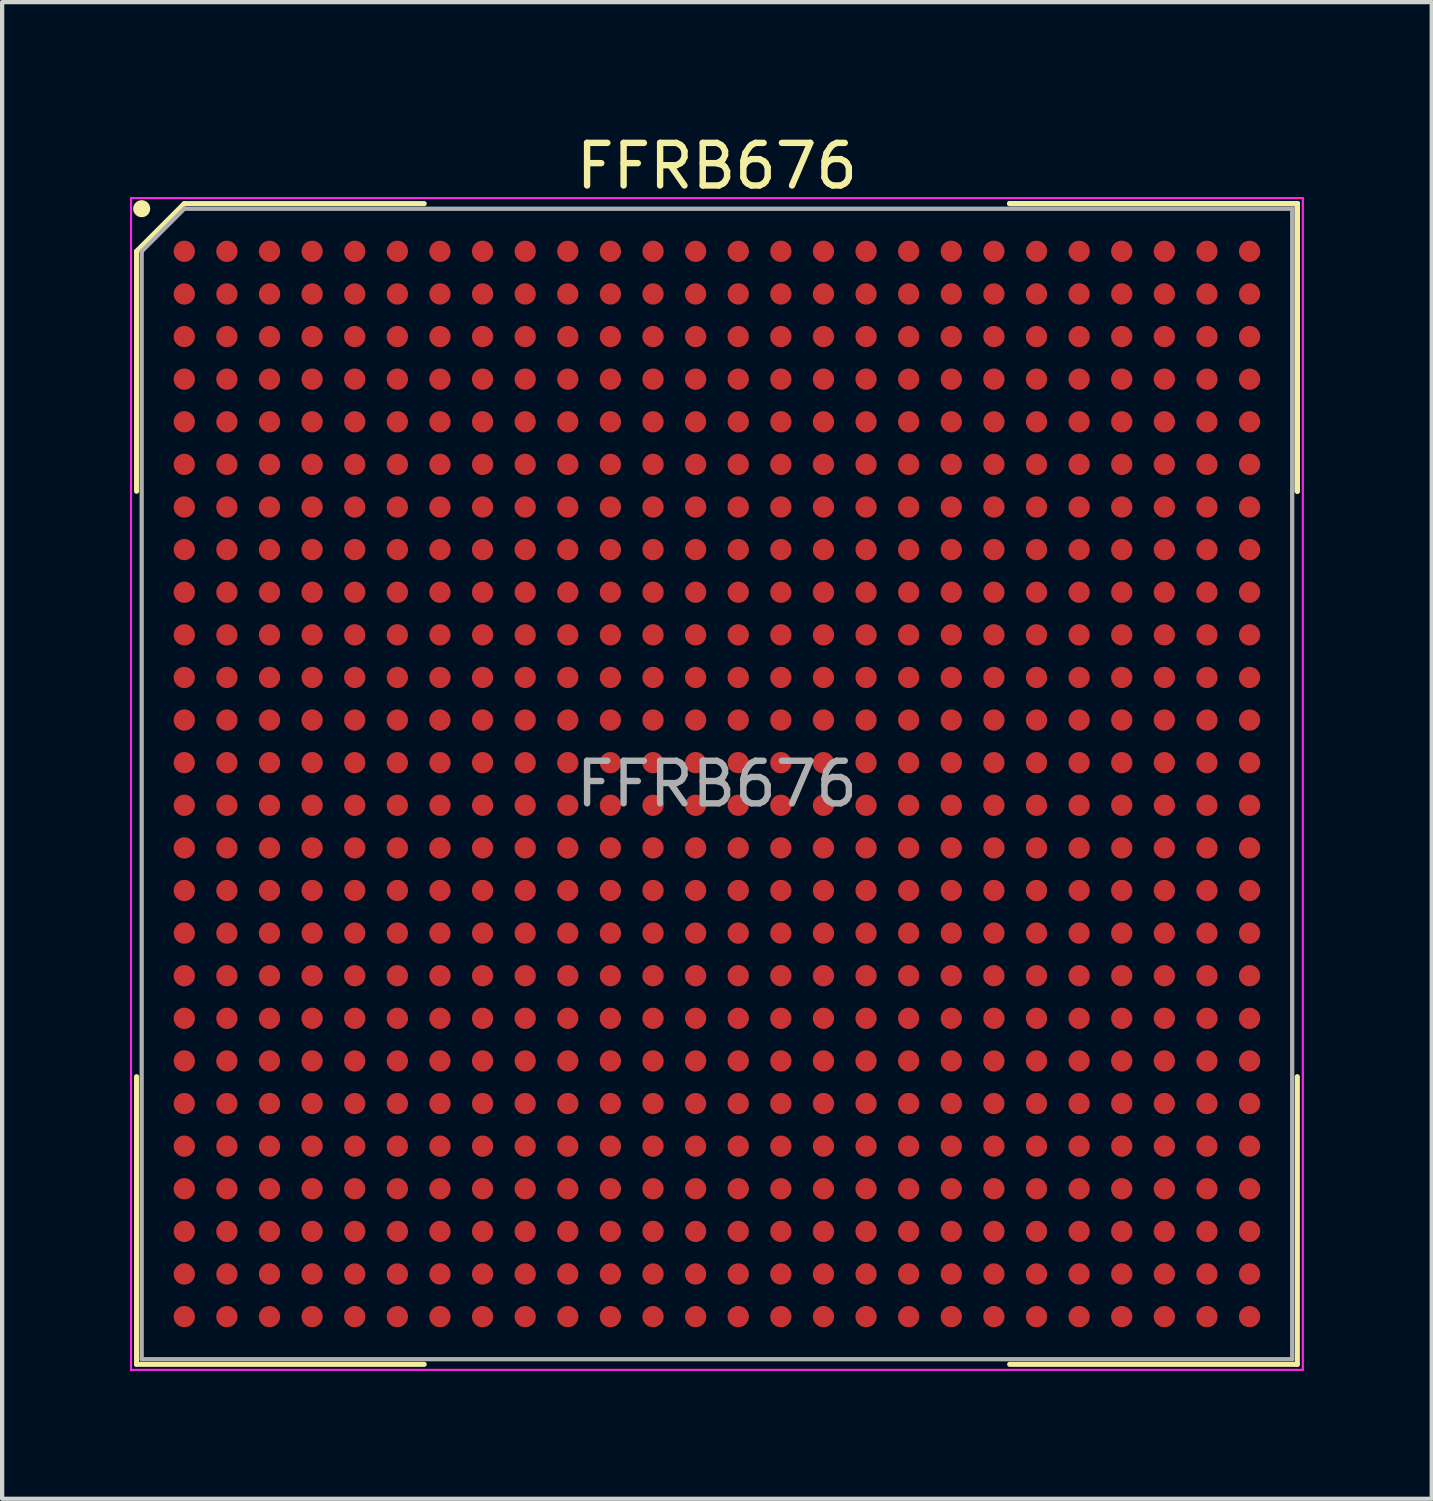
<source format=kicad_pcb>
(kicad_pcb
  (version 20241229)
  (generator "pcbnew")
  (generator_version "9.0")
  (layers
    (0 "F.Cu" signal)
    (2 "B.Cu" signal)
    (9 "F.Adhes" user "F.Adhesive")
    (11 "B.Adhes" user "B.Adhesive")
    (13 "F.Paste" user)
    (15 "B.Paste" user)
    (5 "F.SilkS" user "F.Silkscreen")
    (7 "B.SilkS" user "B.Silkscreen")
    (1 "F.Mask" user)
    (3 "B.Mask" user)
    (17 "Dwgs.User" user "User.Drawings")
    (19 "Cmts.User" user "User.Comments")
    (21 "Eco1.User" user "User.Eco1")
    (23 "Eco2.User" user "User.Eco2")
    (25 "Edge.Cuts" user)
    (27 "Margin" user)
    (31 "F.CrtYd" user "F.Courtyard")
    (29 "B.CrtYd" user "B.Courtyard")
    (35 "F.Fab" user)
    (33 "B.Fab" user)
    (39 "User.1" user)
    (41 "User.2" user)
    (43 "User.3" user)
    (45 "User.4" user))
  (footprint "FFRB676"
    (layer "F.Cu")
    (at 13.775 15.348)
    (property "Reference" "FFRB676" (at 0 -14.5 0) (layer "F.SilkS") (effects (font (size 1 1) (thickness 0.15))))
    (attr smd)
    (fp_line (start -13.62 -12.5) (end -13.62 -6.87) (stroke (width 0.12) (type solid)) (layer "F.SilkS"))
    (fp_line (start -13.62 13.62) (end -13.62 6.87) (stroke (width 0.12) (type solid)) (layer "F.SilkS"))
    (fp_line (start -12.5 -13.62) (end -13.62 -12.5) (stroke (width 0.12) (type solid)) (layer "F.SilkS"))
    (fp_line (start -6.87 -13.62) (end -12.5 -13.62) (stroke (width 0.12) (type solid)) (layer "F.SilkS"))
    (fp_line (start -6.87 13.62) (end -13.62 13.62) (stroke (width 0.12) (type solid)) (layer "F.SilkS"))
    (fp_line (start 6.87 -13.62) (end 13.62 -13.62) (stroke (width 0.12) (type solid)) (layer "F.SilkS"))
    (fp_line (start 6.87 -13.62) (end 13.62 -13.62) (stroke (width 0.12) (type solid)) (layer "F.SilkS"))
    (fp_line (start 6.87 -13.62) (end 13.62 -13.62) (stroke (width 0.12) (type solid)) (layer "F.SilkS"))
    (fp_line (start 6.87 13.62) (end 13.62 13.62) (stroke (width 0.12) (type solid)) (layer "F.SilkS"))
    (fp_line (start 13.62 -13.62) (end 13.62 -6.87) (stroke (width 0.12) (type solid)) (layer "F.SilkS"))
    (fp_line (start 13.62 -13.62) (end 13.62 -6.87) (stroke (width 0.12) (type solid)) (layer "F.SilkS"))
    (fp_line (start 13.62 -13.62) (end 13.62 -6.87) (stroke (width 0.12) (type solid)) (layer "F.SilkS"))
    (fp_line (start 13.62 13.62) (end 13.62 6.87) (stroke (width 0.12) (type solid)) (layer "F.SilkS"))
    (fp_circle (center -13.5 -13.5) (end -13.5 -13.4) (stroke (width 0.2) (type solid)) (fill no) (layer "F.SilkS"))
    (fp_line (start -13.75 -13.75) (end 13.75 -13.75) (stroke (width 0.05) (type solid)) (layer "F.CrtYd"))
    (fp_line (start -13.75 13.75) (end -13.75 -13.75) (stroke (width 0.05) (type solid)) (layer "F.CrtYd"))
    (fp_line (start 13.75 -13.75) (end 13.75 13.75) (stroke (width 0.05) (type solid)) (layer "F.CrtYd"))
    (fp_line (start 13.75 13.75) (end -13.75 13.75) (stroke (width 0.05) (type solid)) (layer "F.CrtYd"))
    (fp_line (start -13.5 -12.5) (end -13.5 13.5) (stroke (width 0.1) (type solid)) (layer "F.Fab"))
    (fp_line (start -13.5 13.5) (end 13.5 13.5) (stroke (width 0.1) (type solid)) (layer "F.Fab"))
    (fp_line (start -12.5 -13.5) (end -13.5 -12.5) (stroke (width 0.1) (type solid)) (layer "F.Fab"))
    (fp_line (start 13.5 -13.5) (end -12.5 -13.5) (stroke (width 0.1) (type solid)) (layer "F.Fab"))
    (fp_line (start 13.5 13.5) (end 13.5 -13.5) (stroke (width 0.1) (type solid)) (layer "F.Fab"))
    (fp_text user "${REFERENCE}" (at 0 0 0) (layer "F.Fab") (effects (font (size 1 1) (thickness 0.15))))
    (pad "A1" smd circle (at -12.5 -12.5) (size 0.5 0.5) (layers "F.Cu" "F.Mask" "F.Paste"))
    (pad "A2" smd circle (at -11.5 -12.5) (size 0.5 0.5) (layers "F.Cu" "F.Mask" "F.Paste"))
    (pad "A3" smd circle (at -10.5 -12.5) (size 0.5 0.5) (layers "F.Cu" "F.Mask" "F.Paste"))
    (pad "A4" smd circle (at -9.5 -12.5) (size 0.5 0.5) (layers "F.Cu" "F.Mask" "F.Paste"))
    (pad "A5" smd circle (at -8.5 -12.5) (size 0.5 0.5) (layers "F.Cu" "F.Mask" "F.Paste"))
    (pad "A6" smd circle (at -7.5 -12.5) (size 0.5 0.5) (layers "F.Cu" "F.Mask" "F.Paste"))
    (pad "A7" smd circle (at -6.5 -12.5) (size 0.5 0.5) (layers "F.Cu" "F.Mask" "F.Paste"))
    (pad "A8" smd circle (at -5.5 -12.5) (size 0.5 0.5) (layers "F.Cu" "F.Mask" "F.Paste"))
    (pad "A9" smd circle (at -4.5 -12.5) (size 0.5 0.5) (layers "F.Cu" "F.Mask" "F.Paste"))
    (pad "A10" smd circle (at -3.5 -12.5) (size 0.5 0.5) (layers "F.Cu" "F.Mask" "F.Paste"))
    (pad "A11" smd circle (at -2.5 -12.5) (size 0.5 0.5) (layers "F.Cu" "F.Mask" "F.Paste"))
    (pad "A12" smd circle (at -1.5 -12.5) (size 0.5 0.5) (layers "F.Cu" "F.Mask" "F.Paste"))
    (pad "A13" smd circle (at -0.5 -12.5) (size 0.5 0.5) (layers "F.Cu" "F.Mask" "F.Paste"))
    (pad "A14" smd circle (at 0.5 -12.5) (size 0.5 0.5) (layers "F.Cu" "F.Mask" "F.Paste"))
    (pad "A15" smd circle (at 1.5 -12.5) (size 0.5 0.5) (layers "F.Cu" "F.Mask" "F.Paste"))
    (pad "A16" smd circle (at 2.5 -12.5) (size 0.5 0.5) (layers "F.Cu" "F.Mask" "F.Paste"))
    (pad "A17" smd circle (at 3.5 -12.5) (size 0.5 0.5) (layers "F.Cu" "F.Mask" "F.Paste"))
    (pad "A18" smd circle (at 4.5 -12.5) (size 0.5 0.5) (layers "F.Cu" "F.Mask" "F.Paste"))
    (pad "A19" smd circle (at 5.5 -12.5) (size 0.5 0.5) (layers "F.Cu" "F.Mask" "F.Paste"))
    (pad "A20" smd circle (at 6.5 -12.5) (size 0.5 0.5) (layers "F.Cu" "F.Mask" "F.Paste"))
    (pad "A21" smd circle (at 7.5 -12.5) (size 0.5 0.5) (layers "F.Cu" "F.Mask" "F.Paste"))
    (pad "A22" smd circle (at 8.5 -12.5) (size 0.5 0.5) (layers "F.Cu" "F.Mask" "F.Paste"))
    (pad "A23" smd circle (at 9.5 -12.5) (size 0.5 0.5) (layers "F.Cu" "F.Mask" "F.Paste"))
    (pad "A24" smd circle (at 10.5 -12.5) (size 0.5 0.5) (layers "F.Cu" "F.Mask" "F.Paste"))
    (pad "A25" smd circle (at 11.5 -12.5) (size 0.5 0.5) (layers "F.Cu" "F.Mask" "F.Paste"))
    (pad "A26" smd circle (at 12.5 -12.5) (size 0.5 0.5) (layers "F.Cu" "F.Mask" "F.Paste"))
    (pad "AA1" smd circle (at -12.5 7.5) (size 0.5 0.5) (layers "F.Cu" "F.Mask" "F.Paste"))
    (pad "AA2" smd circle (at -11.5 7.5) (size 0.5 0.5) (layers "F.Cu" "F.Mask" "F.Paste"))
    (pad "AA3" smd circle (at -10.5 7.5) (size 0.5 0.5) (layers "F.Cu" "F.Mask" "F.Paste"))
    (pad "AA4" smd circle (at -9.5 7.5) (size 0.5 0.5) (layers "F.Cu" "F.Mask" "F.Paste"))
    (pad "AA5" smd circle (at -8.5 7.5) (size 0.5 0.5) (layers "F.Cu" "F.Mask" "F.Paste"))
    (pad "AA6" smd circle (at -7.5 7.5) (size 0.5 0.5) (layers "F.Cu" "F.Mask" "F.Paste"))
    (pad "AA7" smd circle (at -6.5 7.5) (size 0.5 0.5) (layers "F.Cu" "F.Mask" "F.Paste"))
    (pad "AA8" smd circle (at -5.5 7.5) (size 0.5 0.5) (layers "F.Cu" "F.Mask" "F.Paste"))
    (pad "AA9" smd circle (at -4.5 7.5) (size 0.5 0.5) (layers "F.Cu" "F.Mask" "F.Paste"))
    (pad "AA10" smd circle (at -3.5 7.5) (size 0.5 0.5) (layers "F.Cu" "F.Mask" "F.Paste"))
    (pad "AA11" smd circle (at -2.5 7.5) (size 0.5 0.5) (layers "F.Cu" "F.Mask" "F.Paste"))
    (pad "AA12" smd circle (at -1.5 7.5) (size 0.5 0.5) (layers "F.Cu" "F.Mask" "F.Paste"))
    (pad "AA13" smd circle (at -0.5 7.5) (size 0.5 0.5) (layers "F.Cu" "F.Mask" "F.Paste"))
    (pad "AA14" smd circle (at 0.5 7.5) (size 0.5 0.5) (layers "F.Cu" "F.Mask" "F.Paste"))
    (pad "AA15" smd circle (at 1.5 7.5) (size 0.5 0.5) (layers "F.Cu" "F.Mask" "F.Paste"))
    (pad "AA16" smd circle (at 2.5 7.5) (size 0.5 0.5) (layers "F.Cu" "F.Mask" "F.Paste"))
    (pad "AA17" smd circle (at 3.5 7.5) (size 0.5 0.5) (layers "F.Cu" "F.Mask" "F.Paste"))
    (pad "AA18" smd circle (at 4.5 7.5) (size 0.5 0.5) (layers "F.Cu" "F.Mask" "F.Paste"))
    (pad "AA19" smd circle (at 5.5 7.5) (size 0.5 0.5) (layers "F.Cu" "F.Mask" "F.Paste"))
    (pad "AA20" smd circle (at 6.5 7.5) (size 0.5 0.5) (layers "F.Cu" "F.Mask" "F.Paste"))
    (pad "AA21" smd circle (at 7.5 7.5) (size 0.5 0.5) (layers "F.Cu" "F.Mask" "F.Paste"))
    (pad "AA22" smd circle (at 8.5 7.5) (size 0.5 0.5) (layers "F.Cu" "F.Mask" "F.Paste"))
    (pad "AA23" smd circle (at 9.5 7.5) (size 0.5 0.5) (layers "F.Cu" "F.Mask" "F.Paste"))
    (pad "AA24" smd circle (at 10.5 7.5) (size 0.5 0.5) (layers "F.Cu" "F.Mask" "F.Paste"))
    (pad "AA25" smd circle (at 11.5 7.5) (size 0.5 0.5) (layers "F.Cu" "F.Mask" "F.Paste"))
    (pad "AA26" smd circle (at 12.5 7.5) (size 0.5 0.5) (layers "F.Cu" "F.Mask" "F.Paste"))
    (pad "AB1" smd circle (at -12.5 8.5) (size 0.5 0.5) (layers "F.Cu" "F.Mask" "F.Paste"))
    (pad "AB2" smd circle (at -11.5 8.5) (size 0.5 0.5) (layers "F.Cu" "F.Mask" "F.Paste"))
    (pad "AB3" smd circle (at -10.5 8.5) (size 0.5 0.5) (layers "F.Cu" "F.Mask" "F.Paste"))
    (pad "AB4" smd circle (at -9.5 8.5) (size 0.5 0.5) (layers "F.Cu" "F.Mask" "F.Paste"))
    (pad "AB5" smd circle (at -8.5 8.5) (size 0.5 0.5) (layers "F.Cu" "F.Mask" "F.Paste"))
    (pad "AB6" smd circle (at -7.5 8.5) (size 0.5 0.5) (layers "F.Cu" "F.Mask" "F.Paste"))
    (pad "AB7" smd circle (at -6.5 8.5) (size 0.5 0.5) (layers "F.Cu" "F.Mask" "F.Paste"))
    (pad "AB8" smd circle (at -5.5 8.5) (size 0.5 0.5) (layers "F.Cu" "F.Mask" "F.Paste"))
    (pad "AB9" smd circle (at -4.5 8.5) (size 0.5 0.5) (layers "F.Cu" "F.Mask" "F.Paste"))
    (pad "AB10" smd circle (at -3.5 8.5) (size 0.5 0.5) (layers "F.Cu" "F.Mask" "F.Paste"))
    (pad "AB11" smd circle (at -2.5 8.5) (size 0.5 0.5) (layers "F.Cu" "F.Mask" "F.Paste"))
    (pad "AB12" smd circle (at -1.5 8.5) (size 0.5 0.5) (layers "F.Cu" "F.Mask" "F.Paste"))
    (pad "AB13" smd circle (at -0.5 8.5) (size 0.5 0.5) (layers "F.Cu" "F.Mask" "F.Paste"))
    (pad "AB14" smd circle (at 0.5 8.5) (size 0.5 0.5) (layers "F.Cu" "F.Mask" "F.Paste"))
    (pad "AB15" smd circle (at 1.5 8.5) (size 0.5 0.5) (layers "F.Cu" "F.Mask" "F.Paste"))
    (pad "AB16" smd circle (at 2.5 8.5) (size 0.5 0.5) (layers "F.Cu" "F.Mask" "F.Paste"))
    (pad "AB17" smd circle (at 3.5 8.5) (size 0.5 0.5) (layers "F.Cu" "F.Mask" "F.Paste"))
    (pad "AB18" smd circle (at 4.5 8.5) (size 0.5 0.5) (layers "F.Cu" "F.Mask" "F.Paste"))
    (pad "AB19" smd circle (at 5.5 8.5) (size 0.5 0.5) (layers "F.Cu" "F.Mask" "F.Paste"))
    (pad "AB20" smd circle (at 6.5 8.5) (size 0.5 0.5) (layers "F.Cu" "F.Mask" "F.Paste"))
    (pad "AB21" smd circle (at 7.5 8.5) (size 0.5 0.5) (layers "F.Cu" "F.Mask" "F.Paste"))
    (pad "AB22" smd circle (at 8.5 8.5) (size 0.5 0.5) (layers "F.Cu" "F.Mask" "F.Paste"))
    (pad "AB23" smd circle (at 9.5 8.5) (size 0.5 0.5) (layers "F.Cu" "F.Mask" "F.Paste"))
    (pad "AB24" smd circle (at 10.5 8.5) (size 0.5 0.5) (layers "F.Cu" "F.Mask" "F.Paste"))
    (pad "AB25" smd circle (at 11.5 8.5) (size 0.5 0.5) (layers "F.Cu" "F.Mask" "F.Paste"))
    (pad "AB26" smd circle (at 12.5 8.5) (size 0.5 0.5) (layers "F.Cu" "F.Mask" "F.Paste"))
    (pad "AC1" smd circle (at -12.5 9.5) (size 0.5 0.5) (layers "F.Cu" "F.Mask" "F.Paste"))
    (pad "AC2" smd circle (at -11.5 9.5) (size 0.5 0.5) (layers "F.Cu" "F.Mask" "F.Paste"))
    (pad "AC3" smd circle (at -10.5 9.5) (size 0.5 0.5) (layers "F.Cu" "F.Mask" "F.Paste"))
    (pad "AC4" smd circle (at -9.5 9.5) (size 0.5 0.5) (layers "F.Cu" "F.Mask" "F.Paste"))
    (pad "AC5" smd circle (at -8.5 9.5) (size 0.5 0.5) (layers "F.Cu" "F.Mask" "F.Paste"))
    (pad "AC6" smd circle (at -7.5 9.5) (size 0.5 0.5) (layers "F.Cu" "F.Mask" "F.Paste"))
    (pad "AC7" smd circle (at -6.5 9.5) (size 0.5 0.5) (layers "F.Cu" "F.Mask" "F.Paste"))
    (pad "AC8" smd circle (at -5.5 9.5) (size 0.5 0.5) (layers "F.Cu" "F.Mask" "F.Paste"))
    (pad "AC9" smd circle (at -4.5 9.5) (size 0.5 0.5) (layers "F.Cu" "F.Mask" "F.Paste"))
    (pad "AC10" smd circle (at -3.5 9.5) (size 0.5 0.5) (layers "F.Cu" "F.Mask" "F.Paste"))
    (pad "AC11" smd circle (at -2.5 9.5) (size 0.5 0.5) (layers "F.Cu" "F.Mask" "F.Paste"))
    (pad "AC12" smd circle (at -1.5 9.5) (size 0.5 0.5) (layers "F.Cu" "F.Mask" "F.Paste"))
    (pad "AC13" smd circle (at -0.5 9.5) (size 0.5 0.5) (layers "F.Cu" "F.Mask" "F.Paste"))
    (pad "AC14" smd circle (at 0.5 9.5) (size 0.5 0.5) (layers "F.Cu" "F.Mask" "F.Paste"))
    (pad "AC15" smd circle (at 1.5 9.5) (size 0.5 0.5) (layers "F.Cu" "F.Mask" "F.Paste"))
    (pad "AC16" smd circle (at 2.5 9.5) (size 0.5 0.5) (layers "F.Cu" "F.Mask" "F.Paste"))
    (pad "AC17" smd circle (at 3.5 9.5) (size 0.5 0.5) (layers "F.Cu" "F.Mask" "F.Paste"))
    (pad "AC18" smd circle (at 4.5 9.5) (size 0.5 0.5) (layers "F.Cu" "F.Mask" "F.Paste"))
    (pad "AC19" smd circle (at 5.5 9.5) (size 0.5 0.5) (layers "F.Cu" "F.Mask" "F.Paste"))
    (pad "AC20" smd circle (at 6.5 9.5) (size 0.5 0.5) (layers "F.Cu" "F.Mask" "F.Paste"))
    (pad "AC21" smd circle (at 7.5 9.5) (size 0.5 0.5) (layers "F.Cu" "F.Mask" "F.Paste"))
    (pad "AC22" smd circle (at 8.5 9.5) (size 0.5 0.5) (layers "F.Cu" "F.Mask" "F.Paste"))
    (pad "AC23" smd circle (at 9.5 9.5) (size 0.5 0.5) (layers "F.Cu" "F.Mask" "F.Paste"))
    (pad "AC24" smd circle (at 10.5 9.5) (size 0.5 0.5) (layers "F.Cu" "F.Mask" "F.Paste"))
    (pad "AC25" smd circle (at 11.5 9.5) (size 0.5 0.5) (layers "F.Cu" "F.Mask" "F.Paste"))
    (pad "AC26" smd circle (at 12.5 9.5) (size 0.5 0.5) (layers "F.Cu" "F.Mask" "F.Paste"))
    (pad "AD1" smd circle (at -12.5 10.5) (size 0.5 0.5) (layers "F.Cu" "F.Mask" "F.Paste"))
    (pad "AD2" smd circle (at -11.5 10.5) (size 0.5 0.5) (layers "F.Cu" "F.Mask" "F.Paste"))
    (pad "AD3" smd circle (at -10.5 10.5) (size 0.5 0.5) (layers "F.Cu" "F.Mask" "F.Paste"))
    (pad "AD4" smd circle (at -9.5 10.5) (size 0.5 0.5) (layers "F.Cu" "F.Mask" "F.Paste"))
    (pad "AD5" smd circle (at -8.5 10.5) (size 0.5 0.5) (layers "F.Cu" "F.Mask" "F.Paste"))
    (pad "AD6" smd circle (at -7.5 10.5) (size 0.5 0.5) (layers "F.Cu" "F.Mask" "F.Paste"))
    (pad "AD7" smd circle (at -6.5 10.5) (size 0.5 0.5) (layers "F.Cu" "F.Mask" "F.Paste"))
    (pad "AD8" smd circle (at -5.5 10.5) (size 0.5 0.5) (layers "F.Cu" "F.Mask" "F.Paste"))
    (pad "AD9" smd circle (at -4.5 10.5) (size 0.5 0.5) (layers "F.Cu" "F.Mask" "F.Paste"))
    (pad "AD10" smd circle (at -3.5 10.5) (size 0.5 0.5) (layers "F.Cu" "F.Mask" "F.Paste"))
    (pad "AD11" smd circle (at -2.5 10.5) (size 0.5 0.5) (layers "F.Cu" "F.Mask" "F.Paste"))
    (pad "AD12" smd circle (at -1.5 10.5) (size 0.5 0.5) (layers "F.Cu" "F.Mask" "F.Paste"))
    (pad "AD13" smd circle (at -0.5 10.5) (size 0.5 0.5) (layers "F.Cu" "F.Mask" "F.Paste"))
    (pad "AD14" smd circle (at 0.5 10.5) (size 0.5 0.5) (layers "F.Cu" "F.Mask" "F.Paste"))
    (pad "AD15" smd circle (at 1.5 10.5) (size 0.5 0.5) (layers "F.Cu" "F.Mask" "F.Paste"))
    (pad "AD16" smd circle (at 2.5 10.5) (size 0.5 0.5) (layers "F.Cu" "F.Mask" "F.Paste"))
    (pad "AD17" smd circle (at 3.5 10.5) (size 0.5 0.5) (layers "F.Cu" "F.Mask" "F.Paste"))
    (pad "AD18" smd circle (at 4.5 10.5) (size 0.5 0.5) (layers "F.Cu" "F.Mask" "F.Paste"))
    (pad "AD19" smd circle (at 5.5 10.5) (size 0.5 0.5) (layers "F.Cu" "F.Mask" "F.Paste"))
    (pad "AD20" smd circle (at 6.5 10.5) (size 0.5 0.5) (layers "F.Cu" "F.Mask" "F.Paste"))
    (pad "AD21" smd circle (at 7.5 10.5) (size 0.5 0.5) (layers "F.Cu" "F.Mask" "F.Paste"))
    (pad "AD22" smd circle (at 8.5 10.5) (size 0.5 0.5) (layers "F.Cu" "F.Mask" "F.Paste"))
    (pad "AD23" smd circle (at 9.5 10.5) (size 0.5 0.5) (layers "F.Cu" "F.Mask" "F.Paste"))
    (pad "AD24" smd circle (at 10.5 10.5) (size 0.5 0.5) (layers "F.Cu" "F.Mask" "F.Paste"))
    (pad "AD25" smd circle (at 11.5 10.5) (size 0.5 0.5) (layers "F.Cu" "F.Mask" "F.Paste"))
    (pad "AD26" smd circle (at 12.5 10.5) (size 0.5 0.5) (layers "F.Cu" "F.Mask" "F.Paste"))
    (pad "AE1" smd circle (at -12.5 11.5) (size 0.5 0.5) (layers "F.Cu" "F.Mask" "F.Paste"))
    (pad "AE2" smd circle (at -11.5 11.5) (size 0.5 0.5) (layers "F.Cu" "F.Mask" "F.Paste"))
    (pad "AE3" smd circle (at -10.5 11.5) (size 0.5 0.5) (layers "F.Cu" "F.Mask" "F.Paste"))
    (pad "AE4" smd circle (at -9.5 11.5) (size 0.5 0.5) (layers "F.Cu" "F.Mask" "F.Paste"))
    (pad "AE5" smd circle (at -8.5 11.5) (size 0.5 0.5) (layers "F.Cu" "F.Mask" "F.Paste"))
    (pad "AE6" smd circle (at -7.5 11.5) (size 0.5 0.5) (layers "F.Cu" "F.Mask" "F.Paste"))
    (pad "AE7" smd circle (at -6.5 11.5) (size 0.5 0.5) (layers "F.Cu" "F.Mask" "F.Paste"))
    (pad "AE8" smd circle (at -5.5 11.5) (size 0.5 0.5) (layers "F.Cu" "F.Mask" "F.Paste"))
    (pad "AE9" smd circle (at -4.5 11.5) (size 0.5 0.5) (layers "F.Cu" "F.Mask" "F.Paste"))
    (pad "AE10" smd circle (at -3.5 11.5) (size 0.5 0.5) (layers "F.Cu" "F.Mask" "F.Paste"))
    (pad "AE11" smd circle (at -2.5 11.5) (size 0.5 0.5) (layers "F.Cu" "F.Mask" "F.Paste"))
    (pad "AE12" smd circle (at -1.5 11.5) (size 0.5 0.5) (layers "F.Cu" "F.Mask" "F.Paste"))
    (pad "AE13" smd circle (at -0.5 11.5) (size 0.5 0.5) (layers "F.Cu" "F.Mask" "F.Paste"))
    (pad "AE14" smd circle (at 0.5 11.5) (size 0.5 0.5) (layers "F.Cu" "F.Mask" "F.Paste"))
    (pad "AE15" smd circle (at 1.5 11.5) (size 0.5 0.5) (layers "F.Cu" "F.Mask" "F.Paste"))
    (pad "AE16" smd circle (at 2.5 11.5) (size 0.5 0.5) (layers "F.Cu" "F.Mask" "F.Paste"))
    (pad "AE17" smd circle (at 3.5 11.5) (size 0.5 0.5) (layers "F.Cu" "F.Mask" "F.Paste"))
    (pad "AE18" smd circle (at 4.5 11.5) (size 0.5 0.5) (layers "F.Cu" "F.Mask" "F.Paste"))
    (pad "AE19" smd circle (at 5.5 11.5) (size 0.5 0.5) (layers "F.Cu" "F.Mask" "F.Paste"))
    (pad "AE20" smd circle (at 6.5 11.5) (size 0.5 0.5) (layers "F.Cu" "F.Mask" "F.Paste"))
    (pad "AE21" smd circle (at 7.5 11.5) (size 0.5 0.5) (layers "F.Cu" "F.Mask" "F.Paste"))
    (pad "AE22" smd circle (at 8.5 11.5) (size 0.5 0.5) (layers "F.Cu" "F.Mask" "F.Paste"))
    (pad "AE23" smd circle (at 9.5 11.5) (size 0.5 0.5) (layers "F.Cu" "F.Mask" "F.Paste"))
    (pad "AE24" smd circle (at 10.5 11.5) (size 0.5 0.5) (layers "F.Cu" "F.Mask" "F.Paste"))
    (pad "AE25" smd circle (at 11.5 11.5) (size 0.5 0.5) (layers "F.Cu" "F.Mask" "F.Paste"))
    (pad "AE26" smd circle (at 12.5 11.5) (size 0.5 0.5) (layers "F.Cu" "F.Mask" "F.Paste"))
    (pad "AF1" smd circle (at -12.5 12.5) (size 0.5 0.5) (layers "F.Cu" "F.Mask" "F.Paste"))
    (pad "AF2" smd circle (at -11.5 12.5) (size 0.5 0.5) (layers "F.Cu" "F.Mask" "F.Paste"))
    (pad "AF3" smd circle (at -10.5 12.5) (size 0.5 0.5) (layers "F.Cu" "F.Mask" "F.Paste"))
    (pad "AF4" smd circle (at -9.5 12.5) (size 0.5 0.5) (layers "F.Cu" "F.Mask" "F.Paste"))
    (pad "AF5" smd circle (at -8.5 12.5) (size 0.5 0.5) (layers "F.Cu" "F.Mask" "F.Paste"))
    (pad "AF6" smd circle (at -7.5 12.5) (size 0.5 0.5) (layers "F.Cu" "F.Mask" "F.Paste"))
    (pad "AF7" smd circle (at -6.5 12.5) (size 0.5 0.5) (layers "F.Cu" "F.Mask" "F.Paste"))
    (pad "AF8" smd circle (at -5.5 12.5) (size 0.5 0.5) (layers "F.Cu" "F.Mask" "F.Paste"))
    (pad "AF9" smd circle (at -4.5 12.5) (size 0.5 0.5) (layers "F.Cu" "F.Mask" "F.Paste"))
    (pad "AF10" smd circle (at -3.5 12.5) (size 0.5 0.5) (layers "F.Cu" "F.Mask" "F.Paste"))
    (pad "AF11" smd circle (at -2.5 12.5) (size 0.5 0.5) (layers "F.Cu" "F.Mask" "F.Paste"))
    (pad "AF12" smd circle (at -1.5 12.5) (size 0.5 0.5) (layers "F.Cu" "F.Mask" "F.Paste"))
    (pad "AF13" smd circle (at -0.5 12.5) (size 0.5 0.5) (layers "F.Cu" "F.Mask" "F.Paste"))
    (pad "AF14" smd circle (at 0.5 12.5) (size 0.5 0.5) (layers "F.Cu" "F.Mask" "F.Paste"))
    (pad "AF15" smd circle (at 1.5 12.5) (size 0.5 0.5) (layers "F.Cu" "F.Mask" "F.Paste"))
    (pad "AF16" smd circle (at 2.5 12.5) (size 0.5 0.5) (layers "F.Cu" "F.Mask" "F.Paste"))
    (pad "AF17" smd circle (at 3.5 12.5) (size 0.5 0.5) (layers "F.Cu" "F.Mask" "F.Paste"))
    (pad "AF18" smd circle (at 4.5 12.5) (size 0.5 0.5) (layers "F.Cu" "F.Mask" "F.Paste"))
    (pad "AF19" smd circle (at 5.5 12.5) (size 0.5 0.5) (layers "F.Cu" "F.Mask" "F.Paste"))
    (pad "AF20" smd circle (at 6.5 12.5) (size 0.5 0.5) (layers "F.Cu" "F.Mask" "F.Paste"))
    (pad "AF21" smd circle (at 7.5 12.5) (size 0.5 0.5) (layers "F.Cu" "F.Mask" "F.Paste"))
    (pad "AF22" smd circle (at 8.5 12.5) (size 0.5 0.5) (layers "F.Cu" "F.Mask" "F.Paste"))
    (pad "AF23" smd circle (at 9.5 12.5) (size 0.5 0.5) (layers "F.Cu" "F.Mask" "F.Paste"))
    (pad "AF24" smd circle (at 10.5 12.5) (size 0.5 0.5) (layers "F.Cu" "F.Mask" "F.Paste"))
    (pad "AF25" smd circle (at 11.5 12.5) (size 0.5 0.5) (layers "F.Cu" "F.Mask" "F.Paste"))
    (pad "AF26" smd circle (at 12.5 12.5) (size 0.5 0.5) (layers "F.Cu" "F.Mask" "F.Paste"))
    (pad "B1" smd circle (at -12.5 -11.5) (size 0.5 0.5) (layers "F.Cu" "F.Mask" "F.Paste"))
    (pad "B2" smd circle (at -11.5 -11.5) (size 0.5 0.5) (layers "F.Cu" "F.Mask" "F.Paste"))
    (pad "B3" smd circle (at -10.5 -11.5) (size 0.5 0.5) (layers "F.Cu" "F.Mask" "F.Paste"))
    (pad "B4" smd circle (at -9.5 -11.5) (size 0.5 0.5) (layers "F.Cu" "F.Mask" "F.Paste"))
    (pad "B5" smd circle (at -8.5 -11.5) (size 0.5 0.5) (layers "F.Cu" "F.Mask" "F.Paste"))
    (pad "B6" smd circle (at -7.5 -11.5) (size 0.5 0.5) (layers "F.Cu" "F.Mask" "F.Paste"))
    (pad "B7" smd circle (at -6.5 -11.5) (size 0.5 0.5) (layers "F.Cu" "F.Mask" "F.Paste"))
    (pad "B8" smd circle (at -5.5 -11.5) (size 0.5 0.5) (layers "F.Cu" "F.Mask" "F.Paste"))
    (pad "B9" smd circle (at -4.5 -11.5) (size 0.5 0.5) (layers "F.Cu" "F.Mask" "F.Paste"))
    (pad "B10" smd circle (at -3.5 -11.5) (size 0.5 0.5) (layers "F.Cu" "F.Mask" "F.Paste"))
    (pad "B11" smd circle (at -2.5 -11.5) (size 0.5 0.5) (layers "F.Cu" "F.Mask" "F.Paste"))
    (pad "B12" smd circle (at -1.5 -11.5) (size 0.5 0.5) (layers "F.Cu" "F.Mask" "F.Paste"))
    (pad "B13" smd circle (at -0.5 -11.5) (size 0.5 0.5) (layers "F.Cu" "F.Mask" "F.Paste"))
    (pad "B14" smd circle (at 0.5 -11.5) (size 0.5 0.5) (layers "F.Cu" "F.Mask" "F.Paste"))
    (pad "B15" smd circle (at 1.5 -11.5) (size 0.5 0.5) (layers "F.Cu" "F.Mask" "F.Paste"))
    (pad "B16" smd circle (at 2.5 -11.5) (size 0.5 0.5) (layers "F.Cu" "F.Mask" "F.Paste"))
    (pad "B17" smd circle (at 3.5 -11.5) (size 0.5 0.5) (layers "F.Cu" "F.Mask" "F.Paste"))
    (pad "B18" smd circle (at 4.5 -11.5) (size 0.5 0.5) (layers "F.Cu" "F.Mask" "F.Paste"))
    (pad "B19" smd circle (at 5.5 -11.5) (size 0.5 0.5) (layers "F.Cu" "F.Mask" "F.Paste"))
    (pad "B20" smd circle (at 6.5 -11.5) (size 0.5 0.5) (layers "F.Cu" "F.Mask" "F.Paste"))
    (pad "B21" smd circle (at 7.5 -11.5) (size 0.5 0.5) (layers "F.Cu" "F.Mask" "F.Paste"))
    (pad "B22" smd circle (at 8.5 -11.5) (size 0.5 0.5) (layers "F.Cu" "F.Mask" "F.Paste"))
    (pad "B23" smd circle (at 9.5 -11.5) (size 0.5 0.5) (layers "F.Cu" "F.Mask" "F.Paste"))
    (pad "B24" smd circle (at 10.5 -11.5) (size 0.5 0.5) (layers "F.Cu" "F.Mask" "F.Paste"))
    (pad "B25" smd circle (at 11.5 -11.5) (size 0.5 0.5) (layers "F.Cu" "F.Mask" "F.Paste"))
    (pad "B26" smd circle (at 12.5 -11.5) (size 0.5 0.5) (layers "F.Cu" "F.Mask" "F.Paste"))
    (pad "C1" smd circle (at -12.5 -10.5) (size 0.5 0.5) (layers "F.Cu" "F.Mask" "F.Paste"))
    (pad "C2" smd circle (at -11.5 -10.5) (size 0.5 0.5) (layers "F.Cu" "F.Mask" "F.Paste"))
    (pad "C3" smd circle (at -10.5 -10.5) (size 0.5 0.5) (layers "F.Cu" "F.Mask" "F.Paste"))
    (pad "C4" smd circle (at -9.5 -10.5) (size 0.5 0.5) (layers "F.Cu" "F.Mask" "F.Paste"))
    (pad "C5" smd circle (at -8.5 -10.5) (size 0.5 0.5) (layers "F.Cu" "F.Mask" "F.Paste"))
    (pad "C6" smd circle (at -7.5 -10.5) (size 0.5 0.5) (layers "F.Cu" "F.Mask" "F.Paste"))
    (pad "C7" smd circle (at -6.5 -10.5) (size 0.5 0.5) (layers "F.Cu" "F.Mask" "F.Paste"))
    (pad "C8" smd circle (at -5.5 -10.5) (size 0.5 0.5) (layers "F.Cu" "F.Mask" "F.Paste"))
    (pad "C9" smd circle (at -4.5 -10.5) (size 0.5 0.5) (layers "F.Cu" "F.Mask" "F.Paste"))
    (pad "C10" smd circle (at -3.5 -10.5) (size 0.5 0.5) (layers "F.Cu" "F.Mask" "F.Paste"))
    (pad "C11" smd circle (at -2.5 -10.5) (size 0.5 0.5) (layers "F.Cu" "F.Mask" "F.Paste"))
    (pad "C12" smd circle (at -1.5 -10.5) (size 0.5 0.5) (layers "F.Cu" "F.Mask" "F.Paste"))
    (pad "C13" smd circle (at -0.5 -10.5) (size 0.5 0.5) (layers "F.Cu" "F.Mask" "F.Paste"))
    (pad "C14" smd circle (at 0.5 -10.5) (size 0.5 0.5) (layers "F.Cu" "F.Mask" "F.Paste"))
    (pad "C15" smd circle (at 1.5 -10.5) (size 0.5 0.5) (layers "F.Cu" "F.Mask" "F.Paste"))
    (pad "C16" smd circle (at 2.5 -10.5) (size 0.5 0.5) (layers "F.Cu" "F.Mask" "F.Paste"))
    (pad "C17" smd circle (at 3.5 -10.5) (size 0.5 0.5) (layers "F.Cu" "F.Mask" "F.Paste"))
    (pad "C18" smd circle (at 4.5 -10.5) (size 0.5 0.5) (layers "F.Cu" "F.Mask" "F.Paste"))
    (pad "C19" smd circle (at 5.5 -10.5) (size 0.5 0.5) (layers "F.Cu" "F.Mask" "F.Paste"))
    (pad "C20" smd circle (at 6.5 -10.5) (size 0.5 0.5) (layers "F.Cu" "F.Mask" "F.Paste"))
    (pad "C21" smd circle (at 7.5 -10.5) (size 0.5 0.5) (layers "F.Cu" "F.Mask" "F.Paste"))
    (pad "C22" smd circle (at 8.5 -10.5) (size 0.5 0.5) (layers "F.Cu" "F.Mask" "F.Paste"))
    (pad "C23" smd circle (at 9.5 -10.5) (size 0.5 0.5) (layers "F.Cu" "F.Mask" "F.Paste"))
    (pad "C24" smd circle (at 10.5 -10.5) (size 0.5 0.5) (layers "F.Cu" "F.Mask" "F.Paste"))
    (pad "C25" smd circle (at 11.5 -10.5) (size 0.5 0.5) (layers "F.Cu" "F.Mask" "F.Paste"))
    (pad "C26" smd circle (at 12.5 -10.5) (size 0.5 0.5) (layers "F.Cu" "F.Mask" "F.Paste"))
    (pad "D1" smd circle (at -12.5 -9.5) (size 0.5 0.5) (layers "F.Cu" "F.Mask" "F.Paste"))
    (pad "D2" smd circle (at -11.5 -9.5) (size 0.5 0.5) (layers "F.Cu" "F.Mask" "F.Paste"))
    (pad "D3" smd circle (at -10.5 -9.5) (size 0.5 0.5) (layers "F.Cu" "F.Mask" "F.Paste"))
    (pad "D4" smd circle (at -9.5 -9.5) (size 0.5 0.5) (layers "F.Cu" "F.Mask" "F.Paste"))
    (pad "D5" smd circle (at -8.5 -9.5) (size 0.5 0.5) (layers "F.Cu" "F.Mask" "F.Paste"))
    (pad "D6" smd circle (at -7.5 -9.5) (size 0.5 0.5) (layers "F.Cu" "F.Mask" "F.Paste"))
    (pad "D7" smd circle (at -6.5 -9.5) (size 0.5 0.5) (layers "F.Cu" "F.Mask" "F.Paste"))
    (pad "D8" smd circle (at -5.5 -9.5) (size 0.5 0.5) (layers "F.Cu" "F.Mask" "F.Paste"))
    (pad "D9" smd circle (at -4.5 -9.5) (size 0.5 0.5) (layers "F.Cu" "F.Mask" "F.Paste"))
    (pad "D10" smd circle (at -3.5 -9.5) (size 0.5 0.5) (layers "F.Cu" "F.Mask" "F.Paste"))
    (pad "D11" smd circle (at -2.5 -9.5) (size 0.5 0.5) (layers "F.Cu" "F.Mask" "F.Paste"))
    (pad "D12" smd circle (at -1.5 -9.5) (size 0.5 0.5) (layers "F.Cu" "F.Mask" "F.Paste"))
    (pad "D13" smd circle (at -0.5 -9.5) (size 0.5 0.5) (layers "F.Cu" "F.Mask" "F.Paste"))
    (pad "D14" smd circle (at 0.5 -9.5) (size 0.5 0.5) (layers "F.Cu" "F.Mask" "F.Paste"))
    (pad "D15" smd circle (at 1.5 -9.5) (size 0.5 0.5) (layers "F.Cu" "F.Mask" "F.Paste"))
    (pad "D16" smd circle (at 2.5 -9.5) (size 0.5 0.5) (layers "F.Cu" "F.Mask" "F.Paste"))
    (pad "D17" smd circle (at 3.5 -9.5) (size 0.5 0.5) (layers "F.Cu" "F.Mask" "F.Paste"))
    (pad "D18" smd circle (at 4.5 -9.5) (size 0.5 0.5) (layers "F.Cu" "F.Mask" "F.Paste"))
    (pad "D19" smd circle (at 5.5 -9.5) (size 0.5 0.5) (layers "F.Cu" "F.Mask" "F.Paste"))
    (pad "D20" smd circle (at 6.5 -9.5) (size 0.5 0.5) (layers "F.Cu" "F.Mask" "F.Paste"))
    (pad "D21" smd circle (at 7.5 -9.5) (size 0.5 0.5) (layers "F.Cu" "F.Mask" "F.Paste"))
    (pad "D22" smd circle (at 8.5 -9.5) (size 0.5 0.5) (layers "F.Cu" "F.Mask" "F.Paste"))
    (pad "D23" smd circle (at 9.5 -9.5) (size 0.5 0.5) (layers "F.Cu" "F.Mask" "F.Paste"))
    (pad "D24" smd circle (at 10.5 -9.5) (size 0.5 0.5) (layers "F.Cu" "F.Mask" "F.Paste"))
    (pad "D25" smd circle (at 11.5 -9.5) (size 0.5 0.5) (layers "F.Cu" "F.Mask" "F.Paste"))
    (pad "D26" smd circle (at 12.5 -9.5) (size 0.5 0.5) (layers "F.Cu" "F.Mask" "F.Paste"))
    (pad "E1" smd circle (at -12.5 -8.5) (size 0.5 0.5) (layers "F.Cu" "F.Mask" "F.Paste"))
    (pad "E2" smd circle (at -11.5 -8.5) (size 0.5 0.5) (layers "F.Cu" "F.Mask" "F.Paste"))
    (pad "E3" smd circle (at -10.5 -8.5) (size 0.5 0.5) (layers "F.Cu" "F.Mask" "F.Paste"))
    (pad "E4" smd circle (at -9.5 -8.5) (size 0.5 0.5) (layers "F.Cu" "F.Mask" "F.Paste"))
    (pad "E5" smd circle (at -8.5 -8.5) (size 0.5 0.5) (layers "F.Cu" "F.Mask" "F.Paste"))
    (pad "E6" smd circle (at -7.5 -8.5) (size 0.5 0.5) (layers "F.Cu" "F.Mask" "F.Paste"))
    (pad "E7" smd circle (at -6.5 -8.5) (size 0.5 0.5) (layers "F.Cu" "F.Mask" "F.Paste"))
    (pad "E8" smd circle (at -5.5 -8.5) (size 0.5 0.5) (layers "F.Cu" "F.Mask" "F.Paste"))
    (pad "E9" smd circle (at -4.5 -8.5) (size 0.5 0.5) (layers "F.Cu" "F.Mask" "F.Paste"))
    (pad "E10" smd circle (at -3.5 -8.5) (size 0.5 0.5) (layers "F.Cu" "F.Mask" "F.Paste"))
    (pad "E11" smd circle (at -2.5 -8.5) (size 0.5 0.5) (layers "F.Cu" "F.Mask" "F.Paste"))
    (pad "E12" smd circle (at -1.5 -8.5) (size 0.5 0.5) (layers "F.Cu" "F.Mask" "F.Paste"))
    (pad "E13" smd circle (at -0.5 -8.5) (size 0.5 0.5) (layers "F.Cu" "F.Mask" "F.Paste"))
    (pad "E14" smd circle (at 0.5 -8.5) (size 0.5 0.5) (layers "F.Cu" "F.Mask" "F.Paste"))
    (pad "E15" smd circle (at 1.5 -8.5) (size 0.5 0.5) (layers "F.Cu" "F.Mask" "F.Paste"))
    (pad "E16" smd circle (at 2.5 -8.5) (size 0.5 0.5) (layers "F.Cu" "F.Mask" "F.Paste"))
    (pad "E17" smd circle (at 3.5 -8.5) (size 0.5 0.5) (layers "F.Cu" "F.Mask" "F.Paste"))
    (pad "E18" smd circle (at 4.5 -8.5) (size 0.5 0.5) (layers "F.Cu" "F.Mask" "F.Paste"))
    (pad "E19" smd circle (at 5.5 -8.5) (size 0.5 0.5) (layers "F.Cu" "F.Mask" "F.Paste"))
    (pad "E20" smd circle (at 6.5 -8.5) (size 0.5 0.5) (layers "F.Cu" "F.Mask" "F.Paste"))
    (pad "E21" smd circle (at 7.5 -8.5) (size 0.5 0.5) (layers "F.Cu" "F.Mask" "F.Paste"))
    (pad "E22" smd circle (at 8.5 -8.5) (size 0.5 0.5) (layers "F.Cu" "F.Mask" "F.Paste"))
    (pad "E23" smd circle (at 9.5 -8.5) (size 0.5 0.5) (layers "F.Cu" "F.Mask" "F.Paste"))
    (pad "E24" smd circle (at 10.5 -8.5) (size 0.5 0.5) (layers "F.Cu" "F.Mask" "F.Paste"))
    (pad "E25" smd circle (at 11.5 -8.5) (size 0.5 0.5) (layers "F.Cu" "F.Mask" "F.Paste"))
    (pad "E26" smd circle (at 12.5 -8.5) (size 0.5 0.5) (layers "F.Cu" "F.Mask" "F.Paste"))
    (pad "F1" smd circle (at -12.5 -7.5) (size 0.5 0.5) (layers "F.Cu" "F.Mask" "F.Paste"))
    (pad "F2" smd circle (at -11.5 -7.5) (size 0.5 0.5) (layers "F.Cu" "F.Mask" "F.Paste"))
    (pad "F3" smd circle (at -10.5 -7.5) (size 0.5 0.5) (layers "F.Cu" "F.Mask" "F.Paste"))
    (pad "F4" smd circle (at -9.5 -7.5) (size 0.5 0.5) (layers "F.Cu" "F.Mask" "F.Paste"))
    (pad "F5" smd circle (at -8.5 -7.5) (size 0.5 0.5) (layers "F.Cu" "F.Mask" "F.Paste"))
    (pad "F6" smd circle (at -7.5 -7.5) (size 0.5 0.5) (layers "F.Cu" "F.Mask" "F.Paste"))
    (pad "F7" smd circle (at -6.5 -7.5) (size 0.5 0.5) (layers "F.Cu" "F.Mask" "F.Paste"))
    (pad "F8" smd circle (at -5.5 -7.5) (size 0.5 0.5) (layers "F.Cu" "F.Mask" "F.Paste"))
    (pad "F9" smd circle (at -4.5 -7.5) (size 0.5 0.5) (layers "F.Cu" "F.Mask" "F.Paste"))
    (pad "F10" smd circle (at -3.5 -7.5) (size 0.5 0.5) (layers "F.Cu" "F.Mask" "F.Paste"))
    (pad "F11" smd circle (at -2.5 -7.5) (size 0.5 0.5) (layers "F.Cu" "F.Mask" "F.Paste"))
    (pad "F12" smd circle (at -1.5 -7.5) (size 0.5 0.5) (layers "F.Cu" "F.Mask" "F.Paste"))
    (pad "F13" smd circle (at -0.5 -7.5) (size 0.5 0.5) (layers "F.Cu" "F.Mask" "F.Paste"))
    (pad "F14" smd circle (at 0.5 -7.5) (size 0.5 0.5) (layers "F.Cu" "F.Mask" "F.Paste"))
    (pad "F15" smd circle (at 1.5 -7.5) (size 0.5 0.5) (layers "F.Cu" "F.Mask" "F.Paste"))
    (pad "F16" smd circle (at 2.5 -7.5) (size 0.5 0.5) (layers "F.Cu" "F.Mask" "F.Paste"))
    (pad "F17" smd circle (at 3.5 -7.5) (size 0.5 0.5) (layers "F.Cu" "F.Mask" "F.Paste"))
    (pad "F18" smd circle (at 4.5 -7.5) (size 0.5 0.5) (layers "F.Cu" "F.Mask" "F.Paste"))
    (pad "F19" smd circle (at 5.5 -7.5) (size 0.5 0.5) (layers "F.Cu" "F.Mask" "F.Paste"))
    (pad "F20" smd circle (at 6.5 -7.5) (size 0.5 0.5) (layers "F.Cu" "F.Mask" "F.Paste"))
    (pad "F21" smd circle (at 7.5 -7.5) (size 0.5 0.5) (layers "F.Cu" "F.Mask" "F.Paste"))
    (pad "F22" smd circle (at 8.5 -7.5) (size 0.5 0.5) (layers "F.Cu" "F.Mask" "F.Paste"))
    (pad "F23" smd circle (at 9.5 -7.5) (size 0.5 0.5) (layers "F.Cu" "F.Mask" "F.Paste"))
    (pad "F24" smd circle (at 10.5 -7.5) (size 0.5 0.5) (layers "F.Cu" "F.Mask" "F.Paste"))
    (pad "F25" smd circle (at 11.5 -7.5) (size 0.5 0.5) (layers "F.Cu" "F.Mask" "F.Paste"))
    (pad "F26" smd circle (at 12.5 -7.5) (size 0.5 0.5) (layers "F.Cu" "F.Mask" "F.Paste"))
    (pad "G1" smd circle (at -12.5 -6.5) (size 0.5 0.5) (layers "F.Cu" "F.Mask" "F.Paste"))
    (pad "G2" smd circle (at -11.5 -6.5) (size 0.5 0.5) (layers "F.Cu" "F.Mask" "F.Paste"))
    (pad "G3" smd circle (at -10.5 -6.5) (size 0.5 0.5) (layers "F.Cu" "F.Mask" "F.Paste"))
    (pad "G4" smd circle (at -9.5 -6.5) (size 0.5 0.5) (layers "F.Cu" "F.Mask" "F.Paste"))
    (pad "G5" smd circle (at -8.5 -6.5) (size 0.5 0.5) (layers "F.Cu" "F.Mask" "F.Paste"))
    (pad "G6" smd circle (at -7.5 -6.5) (size 0.5 0.5) (layers "F.Cu" "F.Mask" "F.Paste"))
    (pad "G7" smd circle (at -6.5 -6.5) (size 0.5 0.5) (layers "F.Cu" "F.Mask" "F.Paste"))
    (pad "G8" smd circle (at -5.5 -6.5) (size 0.5 0.5) (layers "F.Cu" "F.Mask" "F.Paste"))
    (pad "G9" smd circle (at -4.5 -6.5) (size 0.5 0.5) (layers "F.Cu" "F.Mask" "F.Paste"))
    (pad "G10" smd circle (at -3.5 -6.5) (size 0.5 0.5) (layers "F.Cu" "F.Mask" "F.Paste"))
    (pad "G11" smd circle (at -2.5 -6.5) (size 0.5 0.5) (layers "F.Cu" "F.Mask" "F.Paste"))
    (pad "G12" smd circle (at -1.5 -6.5) (size 0.5 0.5) (layers "F.Cu" "F.Mask" "F.Paste"))
    (pad "G13" smd circle (at -0.5 -6.5) (size 0.5 0.5) (layers "F.Cu" "F.Mask" "F.Paste"))
    (pad "G14" smd circle (at 0.5 -6.5) (size 0.5 0.5) (layers "F.Cu" "F.Mask" "F.Paste"))
    (pad "G15" smd circle (at 1.5 -6.5) (size 0.5 0.5) (layers "F.Cu" "F.Mask" "F.Paste"))
    (pad "G16" smd circle (at 2.5 -6.5) (size 0.5 0.5) (layers "F.Cu" "F.Mask" "F.Paste"))
    (pad "G17" smd circle (at 3.5 -6.5) (size 0.5 0.5) (layers "F.Cu" "F.Mask" "F.Paste"))
    (pad "G18" smd circle (at 4.5 -6.5) (size 0.5 0.5) (layers "F.Cu" "F.Mask" "F.Paste"))
    (pad "G19" smd circle (at 5.5 -6.5) (size 0.5 0.5) (layers "F.Cu" "F.Mask" "F.Paste"))
    (pad "G20" smd circle (at 6.5 -6.5) (size 0.5 0.5) (layers "F.Cu" "F.Mask" "F.Paste"))
    (pad "G21" smd circle (at 7.5 -6.5) (size 0.5 0.5) (layers "F.Cu" "F.Mask" "F.Paste"))
    (pad "G22" smd circle (at 8.5 -6.5) (size 0.5 0.5) (layers "F.Cu" "F.Mask" "F.Paste"))
    (pad "G23" smd circle (at 9.5 -6.5) (size 0.5 0.5) (layers "F.Cu" "F.Mask" "F.Paste"))
    (pad "G24" smd circle (at 10.5 -6.5) (size 0.5 0.5) (layers "F.Cu" "F.Mask" "F.Paste"))
    (pad "G25" smd circle (at 11.5 -6.5) (size 0.5 0.5) (layers "F.Cu" "F.Mask" "F.Paste"))
    (pad "G26" smd circle (at 12.5 -6.5) (size 0.5 0.5) (layers "F.Cu" "F.Mask" "F.Paste"))
    (pad "H1" smd circle (at -12.5 -5.5) (size 0.5 0.5) (layers "F.Cu" "F.Mask" "F.Paste"))
    (pad "H2" smd circle (at -11.5 -5.5) (size 0.5 0.5) (layers "F.Cu" "F.Mask" "F.Paste"))
    (pad "H3" smd circle (at -10.5 -5.5) (size 0.5 0.5) (layers "F.Cu" "F.Mask" "F.Paste"))
    (pad "H4" smd circle (at -9.5 -5.5) (size 0.5 0.5) (layers "F.Cu" "F.Mask" "F.Paste"))
    (pad "H5" smd circle (at -8.5 -5.5) (size 0.5 0.5) (layers "F.Cu" "F.Mask" "F.Paste"))
    (pad "H6" smd circle (at -7.5 -5.5) (size 0.5 0.5) (layers "F.Cu" "F.Mask" "F.Paste"))
    (pad "H7" smd circle (at -6.5 -5.5) (size 0.5 0.5) (layers "F.Cu" "F.Mask" "F.Paste"))
    (pad "H8" smd circle (at -5.5 -5.5) (size 0.5 0.5) (layers "F.Cu" "F.Mask" "F.Paste"))
    (pad "H9" smd circle (at -4.5 -5.5) (size 0.5 0.5) (layers "F.Cu" "F.Mask" "F.Paste"))
    (pad "H10" smd circle (at -3.5 -5.5) (size 0.5 0.5) (layers "F.Cu" "F.Mask" "F.Paste"))
    (pad "H11" smd circle (at -2.5 -5.5) (size 0.5 0.5) (layers "F.Cu" "F.Mask" "F.Paste"))
    (pad "H12" smd circle (at -1.5 -5.5) (size 0.5 0.5) (layers "F.Cu" "F.Mask" "F.Paste"))
    (pad "H13" smd circle (at -0.5 -5.5) (size 0.5 0.5) (layers "F.Cu" "F.Mask" "F.Paste"))
    (pad "H14" smd circle (at 0.5 -5.5) (size 0.5 0.5) (layers "F.Cu" "F.Mask" "F.Paste"))
    (pad "H15" smd circle (at 1.5 -5.5) (size 0.5 0.5) (layers "F.Cu" "F.Mask" "F.Paste"))
    (pad "H16" smd circle (at 2.5 -5.5) (size 0.5 0.5) (layers "F.Cu" "F.Mask" "F.Paste"))
    (pad "H17" smd circle (at 3.5 -5.5) (size 0.5 0.5) (layers "F.Cu" "F.Mask" "F.Paste"))
    (pad "H18" smd circle (at 4.5 -5.5) (size 0.5 0.5) (layers "F.Cu" "F.Mask" "F.Paste"))
    (pad "H19" smd circle (at 5.5 -5.5) (size 0.5 0.5) (layers "F.Cu" "F.Mask" "F.Paste"))
    (pad "H20" smd circle (at 6.5 -5.5) (size 0.5 0.5) (layers "F.Cu" "F.Mask" "F.Paste"))
    (pad "H21" smd circle (at 7.5 -5.5) (size 0.5 0.5) (layers "F.Cu" "F.Mask" "F.Paste"))
    (pad "H22" smd circle (at 8.5 -5.5) (size 0.5 0.5) (layers "F.Cu" "F.Mask" "F.Paste"))
    (pad "H23" smd circle (at 9.5 -5.5) (size 0.5 0.5) (layers "F.Cu" "F.Mask" "F.Paste"))
    (pad "H24" smd circle (at 10.5 -5.5) (size 0.5 0.5) (layers "F.Cu" "F.Mask" "F.Paste"))
    (pad "H25" smd circle (at 11.5 -5.5) (size 0.5 0.5) (layers "F.Cu" "F.Mask" "F.Paste"))
    (pad "H26" smd circle (at 12.5 -5.5) (size 0.5 0.5) (layers "F.Cu" "F.Mask" "F.Paste"))
    (pad "J1" smd circle (at -12.5 -4.5) (size 0.5 0.5) (layers "F.Cu" "F.Mask" "F.Paste"))
    (pad "J2" smd circle (at -11.5 -4.5) (size 0.5 0.5) (layers "F.Cu" "F.Mask" "F.Paste"))
    (pad "J3" smd circle (at -10.5 -4.5) (size 0.5 0.5) (layers "F.Cu" "F.Mask" "F.Paste"))
    (pad "J4" smd circle (at -9.5 -4.5) (size 0.5 0.5) (layers "F.Cu" "F.Mask" "F.Paste"))
    (pad "J5" smd circle (at -8.5 -4.5) (size 0.5 0.5) (layers "F.Cu" "F.Mask" "F.Paste"))
    (pad "J6" smd circle (at -7.5 -4.5) (size 0.5 0.5) (layers "F.Cu" "F.Mask" "F.Paste"))
    (pad "J7" smd circle (at -6.5 -4.5) (size 0.5 0.5) (layers "F.Cu" "F.Mask" "F.Paste"))
    (pad "J8" smd circle (at -5.5 -4.5) (size 0.5 0.5) (layers "F.Cu" "F.Mask" "F.Paste"))
    (pad "J9" smd circle (at -4.5 -4.5) (size 0.5 0.5) (layers "F.Cu" "F.Mask" "F.Paste"))
    (pad "J10" smd circle (at -3.5 -4.5) (size 0.5 0.5) (layers "F.Cu" "F.Mask" "F.Paste"))
    (pad "J11" smd circle (at -2.5 -4.5) (size 0.5 0.5) (layers "F.Cu" "F.Mask" "F.Paste"))
    (pad "J12" smd circle (at -1.5 -4.5) (size 0.5 0.5) (layers "F.Cu" "F.Mask" "F.Paste"))
    (pad "J13" smd circle (at -0.5 -4.5) (size 0.5 0.5) (layers "F.Cu" "F.Mask" "F.Paste"))
    (pad "J14" smd circle (at 0.5 -4.5) (size 0.5 0.5) (layers "F.Cu" "F.Mask" "F.Paste"))
    (pad "J15" smd circle (at 1.5 -4.5) (size 0.5 0.5) (layers "F.Cu" "F.Mask" "F.Paste"))
    (pad "J16" smd circle (at 2.5 -4.5) (size 0.5 0.5) (layers "F.Cu" "F.Mask" "F.Paste"))
    (pad "J17" smd circle (at 3.5 -4.5) (size 0.5 0.5) (layers "F.Cu" "F.Mask" "F.Paste"))
    (pad "J18" smd circle (at 4.5 -4.5) (size 0.5 0.5) (layers "F.Cu" "F.Mask" "F.Paste"))
    (pad "J19" smd circle (at 5.5 -4.5) (size 0.5 0.5) (layers "F.Cu" "F.Mask" "F.Paste"))
    (pad "J20" smd circle (at 6.5 -4.5) (size 0.5 0.5) (layers "F.Cu" "F.Mask" "F.Paste"))
    (pad "J21" smd circle (at 7.5 -4.5) (size 0.5 0.5) (layers "F.Cu" "F.Mask" "F.Paste"))
    (pad "J22" smd circle (at 8.5 -4.5) (size 0.5 0.5) (layers "F.Cu" "F.Mask" "F.Paste"))
    (pad "J23" smd circle (at 9.5 -4.5) (size 0.5 0.5) (layers "F.Cu" "F.Mask" "F.Paste"))
    (pad "J24" smd circle (at 10.5 -4.5) (size 0.5 0.5) (layers "F.Cu" "F.Mask" "F.Paste"))
    (pad "J25" smd circle (at 11.5 -4.5) (size 0.5 0.5) (layers "F.Cu" "F.Mask" "F.Paste"))
    (pad "J26" smd circle (at 12.5 -4.5) (size 0.5 0.5) (layers "F.Cu" "F.Mask" "F.Paste"))
    (pad "K1" smd circle (at -12.5 -3.5) (size 0.5 0.5) (layers "F.Cu" "F.Mask" "F.Paste"))
    (pad "K2" smd circle (at -11.5 -3.5) (size 0.5 0.5) (layers "F.Cu" "F.Mask" "F.Paste"))
    (pad "K3" smd circle (at -10.5 -3.5) (size 0.5 0.5) (layers "F.Cu" "F.Mask" "F.Paste"))
    (pad "K4" smd circle (at -9.5 -3.5) (size 0.5 0.5) (layers "F.Cu" "F.Mask" "F.Paste"))
    (pad "K5" smd circle (at -8.5 -3.5) (size 0.5 0.5) (layers "F.Cu" "F.Mask" "F.Paste"))
    (pad "K6" smd circle (at -7.5 -3.5) (size 0.5 0.5) (layers "F.Cu" "F.Mask" "F.Paste"))
    (pad "K7" smd circle (at -6.5 -3.5) (size 0.5 0.5) (layers "F.Cu" "F.Mask" "F.Paste"))
    (pad "K8" smd circle (at -5.5 -3.5) (size 0.5 0.5) (layers "F.Cu" "F.Mask" "F.Paste"))
    (pad "K9" smd circle (at -4.5 -3.5) (size 0.5 0.5) (layers "F.Cu" "F.Mask" "F.Paste"))
    (pad "K10" smd circle (at -3.5 -3.5) (size 0.5 0.5) (layers "F.Cu" "F.Mask" "F.Paste"))
    (pad "K11" smd circle (at -2.5 -3.5) (size 0.5 0.5) (layers "F.Cu" "F.Mask" "F.Paste"))
    (pad "K12" smd circle (at -1.5 -3.5) (size 0.5 0.5) (layers "F.Cu" "F.Mask" "F.Paste"))
    (pad "K13" smd circle (at -0.5 -3.5) (size 0.5 0.5) (layers "F.Cu" "F.Mask" "F.Paste"))
    (pad "K14" smd circle (at 0.5 -3.5) (size 0.5 0.5) (layers "F.Cu" "F.Mask" "F.Paste"))
    (pad "K15" smd circle (at 1.5 -3.5) (size 0.5 0.5) (layers "F.Cu" "F.Mask" "F.Paste"))
    (pad "K16" smd circle (at 2.5 -3.5) (size 0.5 0.5) (layers "F.Cu" "F.Mask" "F.Paste"))
    (pad "K17" smd circle (at 3.5 -3.5) (size 0.5 0.5) (layers "F.Cu" "F.Mask" "F.Paste"))
    (pad "K18" smd circle (at 4.5 -3.5) (size 0.5 0.5) (layers "F.Cu" "F.Mask" "F.Paste"))
    (pad "K19" smd circle (at 5.5 -3.5) (size 0.5 0.5) (layers "F.Cu" "F.Mask" "F.Paste"))
    (pad "K20" smd circle (at 6.5 -3.5) (size 0.5 0.5) (layers "F.Cu" "F.Mask" "F.Paste"))
    (pad "K21" smd circle (at 7.5 -3.5) (size 0.5 0.5) (layers "F.Cu" "F.Mask" "F.Paste"))
    (pad "K22" smd circle (at 8.5 -3.5) (size 0.5 0.5) (layers "F.Cu" "F.Mask" "F.Paste"))
    (pad "K23" smd circle (at 9.5 -3.5) (size 0.5 0.5) (layers "F.Cu" "F.Mask" "F.Paste"))
    (pad "K24" smd circle (at 10.5 -3.5) (size 0.5 0.5) (layers "F.Cu" "F.Mask" "F.Paste"))
    (pad "K25" smd circle (at 11.5 -3.5) (size 0.5 0.5) (layers "F.Cu" "F.Mask" "F.Paste"))
    (pad "K26" smd circle (at 12.5 -3.5) (size 0.5 0.5) (layers "F.Cu" "F.Mask" "F.Paste"))
    (pad "L1" smd circle (at -12.5 -2.5) (size 0.5 0.5) (layers "F.Cu" "F.Mask" "F.Paste"))
    (pad "L2" smd circle (at -11.5 -2.5) (size 0.5 0.5) (layers "F.Cu" "F.Mask" "F.Paste"))
    (pad "L3" smd circle (at -10.5 -2.5) (size 0.5 0.5) (layers "F.Cu" "F.Mask" "F.Paste"))
    (pad "L4" smd circle (at -9.5 -2.5) (size 0.5 0.5) (layers "F.Cu" "F.Mask" "F.Paste"))
    (pad "L5" smd circle (at -8.5 -2.5) (size 0.5 0.5) (layers "F.Cu" "F.Mask" "F.Paste"))
    (pad "L6" smd circle (at -7.5 -2.5) (size 0.5 0.5) (layers "F.Cu" "F.Mask" "F.Paste"))
    (pad "L7" smd circle (at -6.5 -2.5) (size 0.5 0.5) (layers "F.Cu" "F.Mask" "F.Paste"))
    (pad "L8" smd circle (at -5.5 -2.5) (size 0.5 0.5) (layers "F.Cu" "F.Mask" "F.Paste"))
    (pad "L9" smd circle (at -4.5 -2.5) (size 0.5 0.5) (layers "F.Cu" "F.Mask" "F.Paste"))
    (pad "L10" smd circle (at -3.5 -2.5) (size 0.5 0.5) (layers "F.Cu" "F.Mask" "F.Paste"))
    (pad "L11" smd circle (at -2.5 -2.5) (size 0.5 0.5) (layers "F.Cu" "F.Mask" "F.Paste"))
    (pad "L12" smd circle (at -1.5 -2.5) (size 0.5 0.5) (layers "F.Cu" "F.Mask" "F.Paste"))
    (pad "L13" smd circle (at -0.5 -2.5) (size 0.5 0.5) (layers "F.Cu" "F.Mask" "F.Paste"))
    (pad "L14" smd circle (at 0.5 -2.5) (size 0.5 0.5) (layers "F.Cu" "F.Mask" "F.Paste"))
    (pad "L15" smd circle (at 1.5 -2.5) (size 0.5 0.5) (layers "F.Cu" "F.Mask" "F.Paste"))
    (pad "L16" smd circle (at 2.5 -2.5) (size 0.5 0.5) (layers "F.Cu" "F.Mask" "F.Paste"))
    (pad "L17" smd circle (at 3.5 -2.5) (size 0.5 0.5) (layers "F.Cu" "F.Mask" "F.Paste"))
    (pad "L18" smd circle (at 4.5 -2.5) (size 0.5 0.5) (layers "F.Cu" "F.Mask" "F.Paste"))
    (pad "L19" smd circle (at 5.5 -2.5) (size 0.5 0.5) (layers "F.Cu" "F.Mask" "F.Paste"))
    (pad "L20" smd circle (at 6.5 -2.5) (size 0.5 0.5) (layers "F.Cu" "F.Mask" "F.Paste"))
    (pad "L21" smd circle (at 7.5 -2.5) (size 0.5 0.5) (layers "F.Cu" "F.Mask" "F.Paste"))
    (pad "L22" smd circle (at 8.5 -2.5) (size 0.5 0.5) (layers "F.Cu" "F.Mask" "F.Paste"))
    (pad "L23" smd circle (at 9.5 -2.5) (size 0.5 0.5) (layers "F.Cu" "F.Mask" "F.Paste"))
    (pad "L24" smd circle (at 10.5 -2.5) (size 0.5 0.5) (layers "F.Cu" "F.Mask" "F.Paste"))
    (pad "L25" smd circle (at 11.5 -2.5) (size 0.5 0.5) (layers "F.Cu" "F.Mask" "F.Paste"))
    (pad "L26" smd circle (at 12.5 -2.5) (size 0.5 0.5) (layers "F.Cu" "F.Mask" "F.Paste"))
    (pad "M1" smd circle (at -12.5 -1.5) (size 0.5 0.5) (layers "F.Cu" "F.Mask" "F.Paste"))
    (pad "M2" smd circle (at -11.5 -1.5) (size 0.5 0.5) (layers "F.Cu" "F.Mask" "F.Paste"))
    (pad "M3" smd circle (at -10.5 -1.5) (size 0.5 0.5) (layers "F.Cu" "F.Mask" "F.Paste"))
    (pad "M4" smd circle (at -9.5 -1.5) (size 0.5 0.5) (layers "F.Cu" "F.Mask" "F.Paste"))
    (pad "M5" smd circle (at -8.5 -1.5) (size 0.5 0.5) (layers "F.Cu" "F.Mask" "F.Paste"))
    (pad "M6" smd circle (at -7.5 -1.5) (size 0.5 0.5) (layers "F.Cu" "F.Mask" "F.Paste"))
    (pad "M7" smd circle (at -6.5 -1.5) (size 0.5 0.5) (layers "F.Cu" "F.Mask" "F.Paste"))
    (pad "M8" smd circle (at -5.5 -1.5) (size 0.5 0.5) (layers "F.Cu" "F.Mask" "F.Paste"))
    (pad "M9" smd circle (at -4.5 -1.5) (size 0.5 0.5) (layers "F.Cu" "F.Mask" "F.Paste"))
    (pad "M10" smd circle (at -3.5 -1.5) (size 0.5 0.5) (layers "F.Cu" "F.Mask" "F.Paste"))
    (pad "M11" smd circle (at -2.5 -1.5) (size 0.5 0.5) (layers "F.Cu" "F.Mask" "F.Paste"))
    (pad "M12" smd circle (at -1.5 -1.5) (size 0.5 0.5) (layers "F.Cu" "F.Mask" "F.Paste"))
    (pad "M13" smd circle (at -0.5 -1.5) (size 0.5 0.5) (layers "F.Cu" "F.Mask" "F.Paste"))
    (pad "M14" smd circle (at 0.5 -1.5) (size 0.5 0.5) (layers "F.Cu" "F.Mask" "F.Paste"))
    (pad "M15" smd circle (at 1.5 -1.5) (size 0.5 0.5) (layers "F.Cu" "F.Mask" "F.Paste"))
    (pad "M16" smd circle (at 2.5 -1.5) (size 0.5 0.5) (layers "F.Cu" "F.Mask" "F.Paste"))
    (pad "M17" smd circle (at 3.5 -1.5) (size 0.5 0.5) (layers "F.Cu" "F.Mask" "F.Paste"))
    (pad "M18" smd circle (at 4.5 -1.5) (size 0.5 0.5) (layers "F.Cu" "F.Mask" "F.Paste"))
    (pad "M19" smd circle (at 5.5 -1.5) (size 0.5 0.5) (layers "F.Cu" "F.Mask" "F.Paste"))
    (pad "M20" smd circle (at 6.5 -1.5) (size 0.5 0.5) (layers "F.Cu" "F.Mask" "F.Paste"))
    (pad "M21" smd circle (at 7.5 -1.5) (size 0.5 0.5) (layers "F.Cu" "F.Mask" "F.Paste"))
    (pad "M22" smd circle (at 8.5 -1.5) (size 0.5 0.5) (layers "F.Cu" "F.Mask" "F.Paste"))
    (pad "M23" smd circle (at 9.5 -1.5) (size 0.5 0.5) (layers "F.Cu" "F.Mask" "F.Paste"))
    (pad "M24" smd circle (at 10.5 -1.5) (size 0.5 0.5) (layers "F.Cu" "F.Mask" "F.Paste"))
    (pad "M25" smd circle (at 11.5 -1.5) (size 0.5 0.5) (layers "F.Cu" "F.Mask" "F.Paste"))
    (pad "M26" smd circle (at 12.5 -1.5) (size 0.5 0.5) (layers "F.Cu" "F.Mask" "F.Paste"))
    (pad "N1" smd circle (at -12.5 -0.5) (size 0.5 0.5) (layers "F.Cu" "F.Mask" "F.Paste"))
    (pad "N2" smd circle (at -11.5 -0.5) (size 0.5 0.5) (layers "F.Cu" "F.Mask" "F.Paste"))
    (pad "N3" smd circle (at -10.5 -0.5) (size 0.5 0.5) (layers "F.Cu" "F.Mask" "F.Paste"))
    (pad "N4" smd circle (at -9.5 -0.5) (size 0.5 0.5) (layers "F.Cu" "F.Mask" "F.Paste"))
    (pad "N5" smd circle (at -8.5 -0.5) (size 0.5 0.5) (layers "F.Cu" "F.Mask" "F.Paste"))
    (pad "N6" smd circle (at -7.5 -0.5) (size 0.5 0.5) (layers "F.Cu" "F.Mask" "F.Paste"))
    (pad "N7" smd circle (at -6.5 -0.5) (size 0.5 0.5) (layers "F.Cu" "F.Mask" "F.Paste"))
    (pad "N8" smd circle (at -5.5 -0.5) (size 0.5 0.5) (layers "F.Cu" "F.Mask" "F.Paste"))
    (pad "N9" smd circle (at -4.5 -0.5) (size 0.5 0.5) (layers "F.Cu" "F.Mask" "F.Paste"))
    (pad "N10" smd circle (at -3.5 -0.5) (size 0.5 0.5) (layers "F.Cu" "F.Mask" "F.Paste"))
    (pad "N11" smd circle (at -2.5 -0.5) (size 0.5 0.5) (layers "F.Cu" "F.Mask" "F.Paste"))
    (pad "N12" smd circle (at -1.5 -0.5) (size 0.5 0.5) (layers "F.Cu" "F.Mask" "F.Paste"))
    (pad "N13" smd circle (at -0.5 -0.5) (size 0.5 0.5) (layers "F.Cu" "F.Mask" "F.Paste"))
    (pad "N14" smd circle (at 0.5 -0.5) (size 0.5 0.5) (layers "F.Cu" "F.Mask" "F.Paste"))
    (pad "N15" smd circle (at 1.5 -0.5) (size 0.5 0.5) (layers "F.Cu" "F.Mask" "F.Paste"))
    (pad "N16" smd circle (at 2.5 -0.5) (size 0.5 0.5) (layers "F.Cu" "F.Mask" "F.Paste"))
    (pad "N17" smd circle (at 3.5 -0.5) (size 0.5 0.5) (layers "F.Cu" "F.Mask" "F.Paste"))
    (pad "N18" smd circle (at 4.5 -0.5) (size 0.5 0.5) (layers "F.Cu" "F.Mask" "F.Paste"))
    (pad "N19" smd circle (at 5.5 -0.5) (size 0.5 0.5) (layers "F.Cu" "F.Mask" "F.Paste"))
    (pad "N20" smd circle (at 6.5 -0.5) (size 0.5 0.5) (layers "F.Cu" "F.Mask" "F.Paste"))
    (pad "N21" smd circle (at 7.5 -0.5) (size 0.5 0.5) (layers "F.Cu" "F.Mask" "F.Paste"))
    (pad "N22" smd circle (at 8.5 -0.5) (size 0.5 0.5) (layers "F.Cu" "F.Mask" "F.Paste"))
    (pad "N23" smd circle (at 9.5 -0.5) (size 0.5 0.5) (layers "F.Cu" "F.Mask" "F.Paste"))
    (pad "N24" smd circle (at 10.5 -0.5) (size 0.5 0.5) (layers "F.Cu" "F.Mask" "F.Paste"))
    (pad "N25" smd circle (at 11.5 -0.5) (size 0.5 0.5) (layers "F.Cu" "F.Mask" "F.Paste"))
    (pad "N26" smd circle (at 12.5 -0.5) (size 0.5 0.5) (layers "F.Cu" "F.Mask" "F.Paste"))
    (pad "P1" smd circle (at -12.5 0.5) (size 0.5 0.5) (layers "F.Cu" "F.Mask" "F.Paste"))
    (pad "P2" smd circle (at -11.5 0.5) (size 0.5 0.5) (layers "F.Cu" "F.Mask" "F.Paste"))
    (pad "P3" smd circle (at -10.5 0.5) (size 0.5 0.5) (layers "F.Cu" "F.Mask" "F.Paste"))
    (pad "P4" smd circle (at -9.5 0.5) (size 0.5 0.5) (layers "F.Cu" "F.Mask" "F.Paste"))
    (pad "P5" smd circle (at -8.5 0.5) (size 0.5 0.5) (layers "F.Cu" "F.Mask" "F.Paste"))
    (pad "P6" smd circle (at -7.5 0.5) (size 0.5 0.5) (layers "F.Cu" "F.Mask" "F.Paste"))
    (pad "P7" smd circle (at -6.5 0.5) (size 0.5 0.5) (layers "F.Cu" "F.Mask" "F.Paste"))
    (pad "P8" smd circle (at -5.5 0.5) (size 0.5 0.5) (layers "F.Cu" "F.Mask" "F.Paste"))
    (pad "P9" smd circle (at -4.5 0.5) (size 0.5 0.5) (layers "F.Cu" "F.Mask" "F.Paste"))
    (pad "P10" smd circle (at -3.5 0.5) (size 0.5 0.5) (layers "F.Cu" "F.Mask" "F.Paste"))
    (pad "P11" smd circle (at -2.5 0.5) (size 0.5 0.5) (layers "F.Cu" "F.Mask" "F.Paste"))
    (pad "P12" smd circle (at -1.5 0.5) (size 0.5 0.5) (layers "F.Cu" "F.Mask" "F.Paste"))
    (pad "P13" smd circle (at -0.5 0.5) (size 0.5 0.5) (layers "F.Cu" "F.Mask" "F.Paste"))
    (pad "P14" smd circle (at 0.5 0.5) (size 0.5 0.5) (layers "F.Cu" "F.Mask" "F.Paste"))
    (pad "P15" smd circle (at 1.5 0.5) (size 0.5 0.5) (layers "F.Cu" "F.Mask" "F.Paste"))
    (pad "P16" smd circle (at 2.5 0.5) (size 0.5 0.5) (layers "F.Cu" "F.Mask" "F.Paste"))
    (pad "P17" smd circle (at 3.5 0.5) (size 0.5 0.5) (layers "F.Cu" "F.Mask" "F.Paste"))
    (pad "P18" smd circle (at 4.5 0.5) (size 0.5 0.5) (layers "F.Cu" "F.Mask" "F.Paste"))
    (pad "P19" smd circle (at 5.5 0.5) (size 0.5 0.5) (layers "F.Cu" "F.Mask" "F.Paste"))
    (pad "P20" smd circle (at 6.5 0.5) (size 0.5 0.5) (layers "F.Cu" "F.Mask" "F.Paste"))
    (pad "P21" smd circle (at 7.5 0.5) (size 0.5 0.5) (layers "F.Cu" "F.Mask" "F.Paste"))
    (pad "P22" smd circle (at 8.5 0.5) (size 0.5 0.5) (layers "F.Cu" "F.Mask" "F.Paste"))
    (pad "P23" smd circle (at 9.5 0.5) (size 0.5 0.5) (layers "F.Cu" "F.Mask" "F.Paste"))
    (pad "P24" smd circle (at 10.5 0.5) (size 0.5 0.5) (layers "F.Cu" "F.Mask" "F.Paste"))
    (pad "P25" smd circle (at 11.5 0.5) (size 0.5 0.5) (layers "F.Cu" "F.Mask" "F.Paste"))
    (pad "P26" smd circle (at 12.5 0.5) (size 0.5 0.5) (layers "F.Cu" "F.Mask" "F.Paste"))
    (pad "R1" smd circle (at -12.5 1.5) (size 0.5 0.5) (layers "F.Cu" "F.Mask" "F.Paste"))
    (pad "R2" smd circle (at -11.5 1.5) (size 0.5 0.5) (layers "F.Cu" "F.Mask" "F.Paste"))
    (pad "R3" smd circle (at -10.5 1.5) (size 0.5 0.5) (layers "F.Cu" "F.Mask" "F.Paste"))
    (pad "R4" smd circle (at -9.5 1.5) (size 0.5 0.5) (layers "F.Cu" "F.Mask" "F.Paste"))
    (pad "R5" smd circle (at -8.5 1.5) (size 0.5 0.5) (layers "F.Cu" "F.Mask" "F.Paste"))
    (pad "R6" smd circle (at -7.5 1.5) (size 0.5 0.5) (layers "F.Cu" "F.Mask" "F.Paste"))
    (pad "R7" smd circle (at -6.5 1.5) (size 0.5 0.5) (layers "F.Cu" "F.Mask" "F.Paste"))
    (pad "R8" smd circle (at -5.5 1.5) (size 0.5 0.5) (layers "F.Cu" "F.Mask" "F.Paste"))
    (pad "R9" smd circle (at -4.5 1.5) (size 0.5 0.5) (layers "F.Cu" "F.Mask" "F.Paste"))
    (pad "R10" smd circle (at -3.5 1.5) (size 0.5 0.5) (layers "F.Cu" "F.Mask" "F.Paste"))
    (pad "R11" smd circle (at -2.5 1.5) (size 0.5 0.5) (layers "F.Cu" "F.Mask" "F.Paste"))
    (pad "R12" smd circle (at -1.5 1.5) (size 0.5 0.5) (layers "F.Cu" "F.Mask" "F.Paste"))
    (pad "R13" smd circle (at -0.5 1.5) (size 0.5 0.5) (layers "F.Cu" "F.Mask" "F.Paste"))
    (pad "R14" smd circle (at 0.5 1.5) (size 0.5 0.5) (layers "F.Cu" "F.Mask" "F.Paste"))
    (pad "R15" smd circle (at 1.5 1.5) (size 0.5 0.5) (layers "F.Cu" "F.Mask" "F.Paste"))
    (pad "R16" smd circle (at 2.5 1.5) (size 0.5 0.5) (layers "F.Cu" "F.Mask" "F.Paste"))
    (pad "R17" smd circle (at 3.5 1.5) (size 0.5 0.5) (layers "F.Cu" "F.Mask" "F.Paste"))
    (pad "R18" smd circle (at 4.5 1.5) (size 0.5 0.5) (layers "F.Cu" "F.Mask" "F.Paste"))
    (pad "R19" smd circle (at 5.5 1.5) (size 0.5 0.5) (layers "F.Cu" "F.Mask" "F.Paste"))
    (pad "R20" smd circle (at 6.5 1.5) (size 0.5 0.5) (layers "F.Cu" "F.Mask" "F.Paste"))
    (pad "R21" smd circle (at 7.5 1.5) (size 0.5 0.5) (layers "F.Cu" "F.Mask" "F.Paste"))
    (pad "R22" smd circle (at 8.5 1.5) (size 0.5 0.5) (layers "F.Cu" "F.Mask" "F.Paste"))
    (pad "R23" smd circle (at 9.5 1.5) (size 0.5 0.5) (layers "F.Cu" "F.Mask" "F.Paste"))
    (pad "R24" smd circle (at 10.5 1.5) (size 0.5 0.5) (layers "F.Cu" "F.Mask" "F.Paste"))
    (pad "R25" smd circle (at 11.5 1.5) (size 0.5 0.5) (layers "F.Cu" "F.Mask" "F.Paste"))
    (pad "R26" smd circle (at 12.5 1.5) (size 0.5 0.5) (layers "F.Cu" "F.Mask" "F.Paste"))
    (pad "T1" smd circle (at -12.5 2.5) (size 0.5 0.5) (layers "F.Cu" "F.Mask" "F.Paste"))
    (pad "T2" smd circle (at -11.5 2.5) (size 0.5 0.5) (layers "F.Cu" "F.Mask" "F.Paste"))
    (pad "T3" smd circle (at -10.5 2.5) (size 0.5 0.5) (layers "F.Cu" "F.Mask" "F.Paste"))
    (pad "T4" smd circle (at -9.5 2.5) (size 0.5 0.5) (layers "F.Cu" "F.Mask" "F.Paste"))
    (pad "T5" smd circle (at -8.5 2.5) (size 0.5 0.5) (layers "F.Cu" "F.Mask" "F.Paste"))
    (pad "T6" smd circle (at -7.5 2.5) (size 0.5 0.5) (layers "F.Cu" "F.Mask" "F.Paste"))
    (pad "T7" smd circle (at -6.5 2.5) (size 0.5 0.5) (layers "F.Cu" "F.Mask" "F.Paste"))
    (pad "T8" smd circle (at -5.5 2.5) (size 0.5 0.5) (layers "F.Cu" "F.Mask" "F.Paste"))
    (pad "T9" smd circle (at -4.5 2.5) (size 0.5 0.5) (layers "F.Cu" "F.Mask" "F.Paste"))
    (pad "T10" smd circle (at -3.5 2.5) (size 0.5 0.5) (layers "F.Cu" "F.Mask" "F.Paste"))
    (pad "T11" smd circle (at -2.5 2.5) (size 0.5 0.5) (layers "F.Cu" "F.Mask" "F.Paste"))
    (pad "T12" smd circle (at -1.5 2.5) (size 0.5 0.5) (layers "F.Cu" "F.Mask" "F.Paste"))
    (pad "T13" smd circle (at -0.5 2.5) (size 0.5 0.5) (layers "F.Cu" "F.Mask" "F.Paste"))
    (pad "T14" smd circle (at 0.5 2.5) (size 0.5 0.5) (layers "F.Cu" "F.Mask" "F.Paste"))
    (pad "T15" smd circle (at 1.5 2.5) (size 0.5 0.5) (layers "F.Cu" "F.Mask" "F.Paste"))
    (pad "T16" smd circle (at 2.5 2.5) (size 0.5 0.5) (layers "F.Cu" "F.Mask" "F.Paste"))
    (pad "T17" smd circle (at 3.5 2.5) (size 0.5 0.5) (layers "F.Cu" "F.Mask" "F.Paste"))
    (pad "T18" smd circle (at 4.5 2.5) (size 0.5 0.5) (layers "F.Cu" "F.Mask" "F.Paste"))
    (pad "T19" smd circle (at 5.5 2.5) (size 0.5 0.5) (layers "F.Cu" "F.Mask" "F.Paste"))
    (pad "T20" smd circle (at 6.5 2.5) (size 0.5 0.5) (layers "F.Cu" "F.Mask" "F.Paste"))
    (pad "T21" smd circle (at 7.5 2.5) (size 0.5 0.5) (layers "F.Cu" "F.Mask" "F.Paste"))
    (pad "T22" smd circle (at 8.5 2.5) (size 0.5 0.5) (layers "F.Cu" "F.Mask" "F.Paste"))
    (pad "T23" smd circle (at 9.5 2.5) (size 0.5 0.5) (layers "F.Cu" "F.Mask" "F.Paste"))
    (pad "T24" smd circle (at 10.5 2.5) (size 0.5 0.5) (layers "F.Cu" "F.Mask" "F.Paste"))
    (pad "T25" smd circle (at 11.5 2.5) (size 0.5 0.5) (layers "F.Cu" "F.Mask" "F.Paste"))
    (pad "T26" smd circle (at 12.5 2.5) (size 0.5 0.5) (layers "F.Cu" "F.Mask" "F.Paste"))
    (pad "U1" smd circle (at -12.5 3.5) (size 0.5 0.5) (layers "F.Cu" "F.Mask" "F.Paste"))
    (pad "U2" smd circle (at -11.5 3.5) (size 0.5 0.5) (layers "F.Cu" "F.Mask" "F.Paste"))
    (pad "U3" smd circle (at -10.5 3.5) (size 0.5 0.5) (layers "F.Cu" "F.Mask" "F.Paste"))
    (pad "U4" smd circle (at -9.5 3.5) (size 0.5 0.5) (layers "F.Cu" "F.Mask" "F.Paste"))
    (pad "U5" smd circle (at -8.5 3.5) (size 0.5 0.5) (layers "F.Cu" "F.Mask" "F.Paste"))
    (pad "U6" smd circle (at -7.5 3.5) (size 0.5 0.5) (layers "F.Cu" "F.Mask" "F.Paste"))
    (pad "U7" smd circle (at -6.5 3.5) (size 0.5 0.5) (layers "F.Cu" "F.Mask" "F.Paste"))
    (pad "U8" smd circle (at -5.5 3.5) (size 0.5 0.5) (layers "F.Cu" "F.Mask" "F.Paste"))
    (pad "U9" smd circle (at -4.5 3.5) (size 0.5 0.5) (layers "F.Cu" "F.Mask" "F.Paste"))
    (pad "U10" smd circle (at -3.5 3.5) (size 0.5 0.5) (layers "F.Cu" "F.Mask" "F.Paste"))
    (pad "U11" smd circle (at -2.5 3.5) (size 0.5 0.5) (layers "F.Cu" "F.Mask" "F.Paste"))
    (pad "U12" smd circle (at -1.5 3.5) (size 0.5 0.5) (layers "F.Cu" "F.Mask" "F.Paste"))
    (pad "U13" smd circle (at -0.5 3.5) (size 0.5 0.5) (layers "F.Cu" "F.Mask" "F.Paste"))
    (pad "U14" smd circle (at 0.5 3.5) (size 0.5 0.5) (layers "F.Cu" "F.Mask" "F.Paste"))
    (pad "U15" smd circle (at 1.5 3.5) (size 0.5 0.5) (layers "F.Cu" "F.Mask" "F.Paste"))
    (pad "U16" smd circle (at 2.5 3.5) (size 0.5 0.5) (layers "F.Cu" "F.Mask" "F.Paste"))
    (pad "U17" smd circle (at 3.5 3.5) (size 0.5 0.5) (layers "F.Cu" "F.Mask" "F.Paste"))
    (pad "U18" smd circle (at 4.5 3.5) (size 0.5 0.5) (layers "F.Cu" "F.Mask" "F.Paste"))
    (pad "U19" smd circle (at 5.5 3.5) (size 0.5 0.5) (layers "F.Cu" "F.Mask" "F.Paste"))
    (pad "U20" smd circle (at 6.5 3.5) (size 0.5 0.5) (layers "F.Cu" "F.Mask" "F.Paste"))
    (pad "U21" smd circle (at 7.5 3.5) (size 0.5 0.5) (layers "F.Cu" "F.Mask" "F.Paste"))
    (pad "U22" smd circle (at 8.5 3.5) (size 0.5 0.5) (layers "F.Cu" "F.Mask" "F.Paste"))
    (pad "U23" smd circle (at 9.5 3.5) (size 0.5 0.5) (layers "F.Cu" "F.Mask" "F.Paste"))
    (pad "U24" smd circle (at 10.5 3.5) (size 0.5 0.5) (layers "F.Cu" "F.Mask" "F.Paste"))
    (pad "U25" smd circle (at 11.5 3.5) (size 0.5 0.5) (layers "F.Cu" "F.Mask" "F.Paste"))
    (pad "U26" smd circle (at 12.5 3.5) (size 0.5 0.5) (layers "F.Cu" "F.Mask" "F.Paste"))
    (pad "V1" smd circle (at -12.5 4.5) (size 0.5 0.5) (layers "F.Cu" "F.Mask" "F.Paste"))
    (pad "V2" smd circle (at -11.5 4.5) (size 0.5 0.5) (layers "F.Cu" "F.Mask" "F.Paste"))
    (pad "V3" smd circle (at -10.5 4.5) (size 0.5 0.5) (layers "F.Cu" "F.Mask" "F.Paste"))
    (pad "V4" smd circle (at -9.5 4.5) (size 0.5 0.5) (layers "F.Cu" "F.Mask" "F.Paste"))
    (pad "V5" smd circle (at -8.5 4.5) (size 0.5 0.5) (layers "F.Cu" "F.Mask" "F.Paste"))
    (pad "V6" smd circle (at -7.5 4.5) (size 0.5 0.5) (layers "F.Cu" "F.Mask" "F.Paste"))
    (pad "V7" smd circle (at -6.5 4.5) (size 0.5 0.5) (layers "F.Cu" "F.Mask" "F.Paste"))
    (pad "V8" smd circle (at -5.5 4.5) (size 0.5 0.5) (layers "F.Cu" "F.Mask" "F.Paste"))
    (pad "V9" smd circle (at -4.5 4.5) (size 0.5 0.5) (layers "F.Cu" "F.Mask" "F.Paste"))
    (pad "V10" smd circle (at -3.5 4.5) (size 0.5 0.5) (layers "F.Cu" "F.Mask" "F.Paste"))
    (pad "V11" smd circle (at -2.5 4.5) (size 0.5 0.5) (layers "F.Cu" "F.Mask" "F.Paste"))
    (pad "V12" smd circle (at -1.5 4.5) (size 0.5 0.5) (layers "F.Cu" "F.Mask" "F.Paste"))
    (pad "V13" smd circle (at -0.5 4.5) (size 0.5 0.5) (layers "F.Cu" "F.Mask" "F.Paste"))
    (pad "V14" smd circle (at 0.5 4.5) (size 0.5 0.5) (layers "F.Cu" "F.Mask" "F.Paste"))
    (pad "V15" smd circle (at 1.5 4.5) (size 0.5 0.5) (layers "F.Cu" "F.Mask" "F.Paste"))
    (pad "V16" smd circle (at 2.5 4.5) (size 0.5 0.5) (layers "F.Cu" "F.Mask" "F.Paste"))
    (pad "V17" smd circle (at 3.5 4.5) (size 0.5 0.5) (layers "F.Cu" "F.Mask" "F.Paste"))
    (pad "V18" smd circle (at 4.5 4.5) (size 0.5 0.5) (layers "F.Cu" "F.Mask" "F.Paste"))
    (pad "V19" smd circle (at 5.5 4.5) (size 0.5 0.5) (layers "F.Cu" "F.Mask" "F.Paste"))
    (pad "V20" smd circle (at 6.5 4.5) (size 0.5 0.5) (layers "F.Cu" "F.Mask" "F.Paste"))
    (pad "V21" smd circle (at 7.5 4.5) (size 0.5 0.5) (layers "F.Cu" "F.Mask" "F.Paste"))
    (pad "V22" smd circle (at 8.5 4.5) (size 0.5 0.5) (layers "F.Cu" "F.Mask" "F.Paste"))
    (pad "V23" smd circle (at 9.5 4.5) (size 0.5 0.5) (layers "F.Cu" "F.Mask" "F.Paste"))
    (pad "V24" smd circle (at 10.5 4.5) (size 0.5 0.5) (layers "F.Cu" "F.Mask" "F.Paste"))
    (pad "V25" smd circle (at 11.5 4.5) (size 0.5 0.5) (layers "F.Cu" "F.Mask" "F.Paste"))
    (pad "V26" smd circle (at 12.5 4.5) (size 0.5 0.5) (layers "F.Cu" "F.Mask" "F.Paste"))
    (pad "W1" smd circle (at -12.5 5.5) (size 0.5 0.5) (layers "F.Cu" "F.Mask" "F.Paste"))
    (pad "W2" smd circle (at -11.5 5.5) (size 0.5 0.5) (layers "F.Cu" "F.Mask" "F.Paste"))
    (pad "W3" smd circle (at -10.5 5.5) (size 0.5 0.5) (layers "F.Cu" "F.Mask" "F.Paste"))
    (pad "W4" smd circle (at -9.5 5.5) (size 0.5 0.5) (layers "F.Cu" "F.Mask" "F.Paste"))
    (pad "W5" smd circle (at -8.5 5.5) (size 0.5 0.5) (layers "F.Cu" "F.Mask" "F.Paste"))
    (pad "W6" smd circle (at -7.5 5.5) (size 0.5 0.5) (layers "F.Cu" "F.Mask" "F.Paste"))
    (pad "W7" smd circle (at -6.5 5.5) (size 0.5 0.5) (layers "F.Cu" "F.Mask" "F.Paste"))
    (pad "W8" smd circle (at -5.5 5.5) (size 0.5 0.5) (layers "F.Cu" "F.Mask" "F.Paste"))
    (pad "W9" smd circle (at -4.5 5.5) (size 0.5 0.5) (layers "F.Cu" "F.Mask" "F.Paste"))
    (pad "W10" smd circle (at -3.5 5.5) (size 0.5 0.5) (layers "F.Cu" "F.Mask" "F.Paste"))
    (pad "W11" smd circle (at -2.5 5.5) (size 0.5 0.5) (layers "F.Cu" "F.Mask" "F.Paste"))
    (pad "W12" smd circle (at -1.5 5.5) (size 0.5 0.5) (layers "F.Cu" "F.Mask" "F.Paste"))
    (pad "W13" smd circle (at -0.5 5.5) (size 0.5 0.5) (layers "F.Cu" "F.Mask" "F.Paste"))
    (pad "W14" smd circle (at 0.5 5.5) (size 0.5 0.5) (layers "F.Cu" "F.Mask" "F.Paste"))
    (pad "W15" smd circle (at 1.5 5.5) (size 0.5 0.5) (layers "F.Cu" "F.Mask" "F.Paste"))
    (pad "W16" smd circle (at 2.5 5.5) (size 0.5 0.5) (layers "F.Cu" "F.Mask" "F.Paste"))
    (pad "W17" smd circle (at 3.5 5.5) (size 0.5 0.5) (layers "F.Cu" "F.Mask" "F.Paste"))
    (pad "W18" smd circle (at 4.5 5.5) (size 0.5 0.5) (layers "F.Cu" "F.Mask" "F.Paste"))
    (pad "W19" smd circle (at 5.5 5.5) (size 0.5 0.5) (layers "F.Cu" "F.Mask" "F.Paste"))
    (pad "W20" smd circle (at 6.5 5.5) (size 0.5 0.5) (layers "F.Cu" "F.Mask" "F.Paste"))
    (pad "W21" smd circle (at 7.5 5.5) (size 0.5 0.5) (layers "F.Cu" "F.Mask" "F.Paste"))
    (pad "W22" smd circle (at 8.5 5.5) (size 0.5 0.5) (layers "F.Cu" "F.Mask" "F.Paste"))
    (pad "W23" smd circle (at 9.5 5.5) (size 0.5 0.5) (layers "F.Cu" "F.Mask" "F.Paste"))
    (pad "W24" smd circle (at 10.5 5.5) (size 0.5 0.5) (layers "F.Cu" "F.Mask" "F.Paste"))
    (pad "W25" smd circle (at 11.5 5.5) (size 0.5 0.5) (layers "F.Cu" "F.Mask" "F.Paste"))
    (pad "W26" smd circle (at 12.5 5.5) (size 0.5 0.5) (layers "F.Cu" "F.Mask" "F.Paste"))
    (pad "Y1" smd circle (at -12.5 6.5) (size 0.5 0.5) (layers "F.Cu" "F.Mask" "F.Paste"))
    (pad "Y2" smd circle (at -11.5 6.5) (size 0.5 0.5) (layers "F.Cu" "F.Mask" "F.Paste"))
    (pad "Y3" smd circle (at -10.5 6.5) (size 0.5 0.5) (layers "F.Cu" "F.Mask" "F.Paste"))
    (pad "Y4" smd circle (at -9.5 6.5) (size 0.5 0.5) (layers "F.Cu" "F.Mask" "F.Paste"))
    (pad "Y5" smd circle (at -8.5 6.5) (size 0.5 0.5) (layers "F.Cu" "F.Mask" "F.Paste"))
    (pad "Y6" smd circle (at -7.5 6.5) (size 0.5 0.5) (layers "F.Cu" "F.Mask" "F.Paste"))
    (pad "Y7" smd circle (at -6.5 6.5) (size 0.5 0.5) (layers "F.Cu" "F.Mask" "F.Paste"))
    (pad "Y8" smd circle (at -5.5 6.5) (size 0.5 0.5) (layers "F.Cu" "F.Mask" "F.Paste"))
    (pad "Y9" smd circle (at -4.5 6.5) (size 0.5 0.5) (layers "F.Cu" "F.Mask" "F.Paste"))
    (pad "Y10" smd circle (at -3.5 6.5) (size 0.5 0.5) (layers "F.Cu" "F.Mask" "F.Paste"))
    (pad "Y11" smd circle (at -2.5 6.5) (size 0.5 0.5) (layers "F.Cu" "F.Mask" "F.Paste"))
    (pad "Y12" smd circle (at -1.5 6.5) (size 0.5 0.5) (layers "F.Cu" "F.Mask" "F.Paste"))
    (pad "Y13" smd circle (at -0.5 6.5) (size 0.5 0.5) (layers "F.Cu" "F.Mask" "F.Paste"))
    (pad "Y14" smd circle (at 0.5 6.5) (size 0.5 0.5) (layers "F.Cu" "F.Mask" "F.Paste"))
    (pad "Y15" smd circle (at 1.5 6.5) (size 0.5 0.5) (layers "F.Cu" "F.Mask" "F.Paste"))
    (pad "Y16" smd circle (at 2.5 6.5) (size 0.5 0.5) (layers "F.Cu" "F.Mask" "F.Paste"))
    (pad "Y17" smd circle (at 3.5 6.5) (size 0.5 0.5) (layers "F.Cu" "F.Mask" "F.Paste"))
    (pad "Y18" smd circle (at 4.5 6.5) (size 0.5 0.5) (layers "F.Cu" "F.Mask" "F.Paste"))
    (pad "Y19" smd circle (at 5.5 6.5) (size 0.5 0.5) (layers "F.Cu" "F.Mask" "F.Paste"))
    (pad "Y20" smd circle (at 6.5 6.5) (size 0.5 0.5) (layers "F.Cu" "F.Mask" "F.Paste"))
    (pad "Y21" smd circle (at 7.5 6.5) (size 0.5 0.5) (layers "F.Cu" "F.Mask" "F.Paste"))
    (pad "Y22" smd circle (at 8.5 6.5) (size 0.5 0.5) (layers "F.Cu" "F.Mask" "F.Paste"))
    (pad "Y23" smd circle (at 9.5 6.5) (size 0.5 0.5) (layers "F.Cu" "F.Mask" "F.Paste"))
    (pad "Y24" smd circle (at 10.5 6.5) (size 0.5 0.5) (layers "F.Cu" "F.Mask" "F.Paste"))
    (pad "Y25" smd circle (at 11.5 6.5) (size 0.5 0.5) (layers "F.Cu" "F.Mask" "F.Paste"))
    (pad "Y26" smd circle (at 12.5 6.5) (size 0.5 0.5) (layers "F.Cu" "F.Mask" "F.Paste")))
  (gr_rect
    (start -3 -3)
    (end 30.55 32.123)
    (stroke (width 0.1) (type default))
    (fill no)
    (layer "Edge.Cuts")))
</source>
